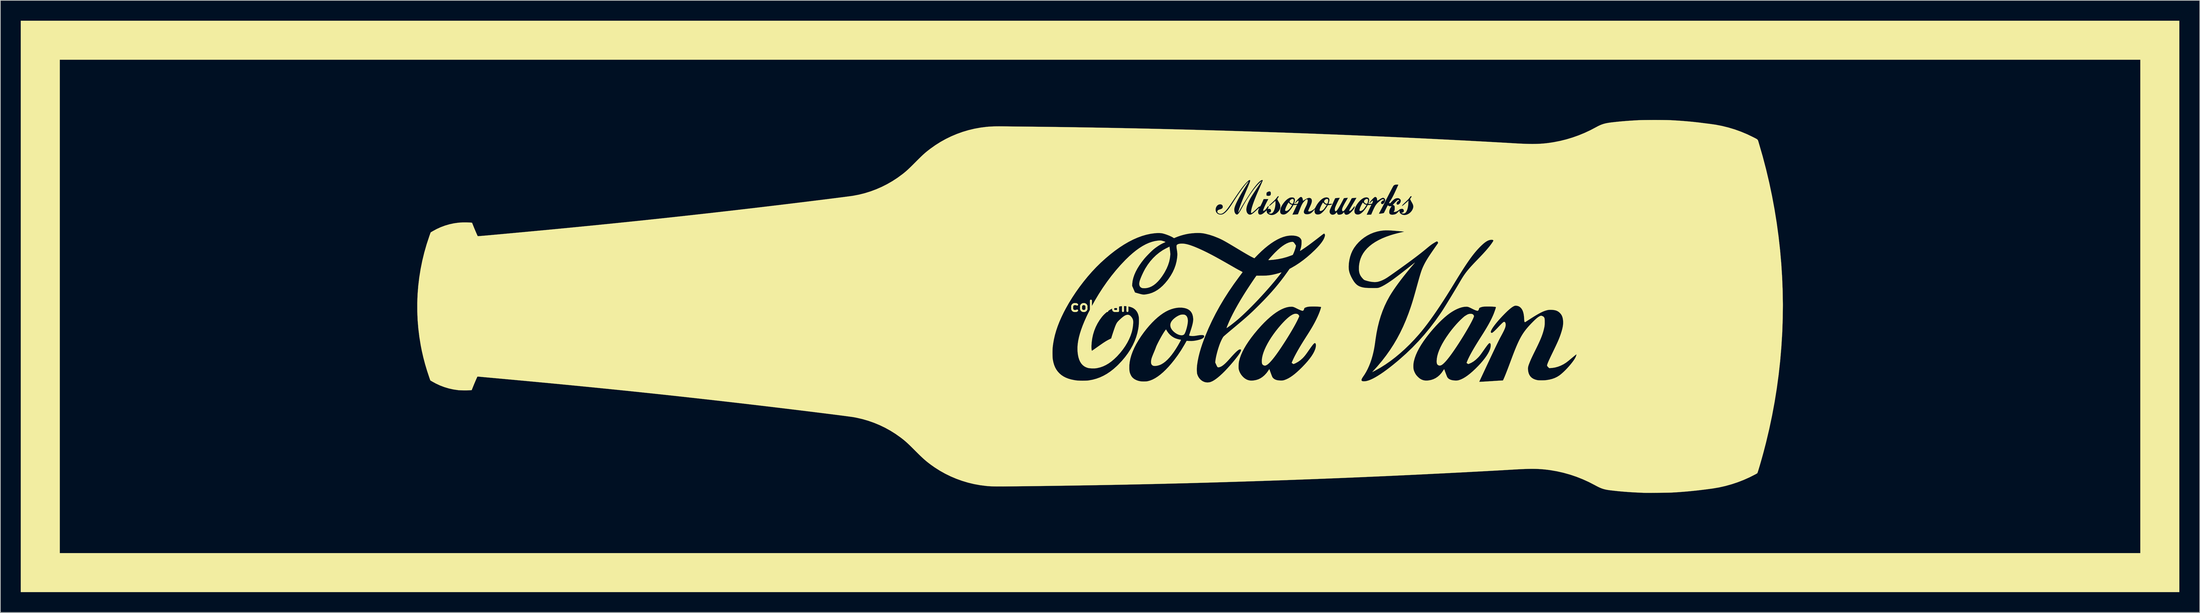
<source format=kicad_pcb>
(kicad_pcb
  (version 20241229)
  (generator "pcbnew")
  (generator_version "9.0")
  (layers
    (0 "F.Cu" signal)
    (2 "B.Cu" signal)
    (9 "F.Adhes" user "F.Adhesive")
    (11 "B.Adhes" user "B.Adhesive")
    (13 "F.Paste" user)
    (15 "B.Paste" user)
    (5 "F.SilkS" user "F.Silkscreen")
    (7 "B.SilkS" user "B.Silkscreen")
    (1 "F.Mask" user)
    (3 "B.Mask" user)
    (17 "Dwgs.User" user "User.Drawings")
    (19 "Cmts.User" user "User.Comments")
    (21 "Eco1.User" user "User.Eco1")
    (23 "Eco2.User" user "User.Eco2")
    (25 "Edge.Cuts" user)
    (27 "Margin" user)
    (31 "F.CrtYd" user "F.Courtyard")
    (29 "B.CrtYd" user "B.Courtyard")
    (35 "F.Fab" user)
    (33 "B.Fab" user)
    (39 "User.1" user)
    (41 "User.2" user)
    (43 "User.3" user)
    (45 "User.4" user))
  (footprint "colavan"
    (layer "F.Cu")
    (at 158.78 42.067)
    (property "Reference" "colavan" (at 0 0 0) (layer "F.SilkS") (effects (font (size 1.524 1.524) (thickness 0.3))))
    (attr through_hole)
    (fp_poly (pts (xy 158.775 42.088) (xy -158.775 42.088) (xy -158.775 -36.322) (xy -153.035 -36.322) (xy -153.035 36.347) (xy 153.035 36.347) (xy 153.035 -36.322) (xy -153.035 -36.322) (xy -158.775 -36.322) (xy -158.775 -42.062) (xy 158.775 -42.062) (xy 158.775 42.088)) (stroke (width 0.01) (type solid)) (fill yes) (layer "F.SilkS"))
    (fp_poly (pts (xy 33.496 -15.785) (xy 33.546 -15.718) (xy 33.565 -15.614) (xy 33.551 -15.475) (xy 33.543 -15.437) (xy 33.506 -15.293) (xy 33.47 -15.194) (xy 33.43 -15.134) (xy 33.382 -15.107) (xy 33.322 -15.108) (xy 33.293 -15.114) (xy 33.158 -15.172) (xy 33.055 -15.257) (xy 32.99 -15.362) (xy 32.969 -15.472) (xy 32.991 -15.547) (xy 33.049 -15.63) (xy 33.132 -15.707) (xy 33.228 -15.77) (xy 33.305 -15.8) (xy 33.415 -15.813) (xy 33.496 -15.785)) (stroke (width 0.01) (type solid)) (fill yes) (layer "F.SilkS"))
    (fp_poly (pts (xy 28.38 -15.804) (xy 28.411 -15.788) (xy 28.464 -15.735) (xy 28.49 -15.66) (xy 28.491 -15.554) (xy 28.476 -15.448) (xy 28.441 -15.297) (xy 28.399 -15.193) (xy 28.346 -15.132) (xy 28.28 -15.109) (xy 28.196 -15.123) (xy 28.184 -15.126) (xy 28.083 -15.178) (xy 27.992 -15.253) (xy 27.926 -15.34) (xy 27.9 -15.407) (xy 27.905 -15.513) (xy 27.96 -15.613) (xy 28.064 -15.707) (xy 28.081 -15.718) (xy 28.202 -15.787) (xy 28.3 -15.815) (xy 28.38 -15.804)) (stroke (width 0.01) (type solid)) (fill yes) (layer "F.SilkS"))
    (fp_poly (pts (xy 39.322 -15.807) (xy 39.373 -15.77) (xy 39.402 -15.736) (xy 39.416 -15.695) (xy 39.42 -15.634) (xy 39.414 -15.537) (xy 39.414 -15.535) (xy 39.396 -15.399) (xy 39.366 -15.278) (xy 39.327 -15.183) (xy 39.284 -15.125) (xy 39.272 -15.116) (xy 39.218 -15.107) (xy 39.151 -15.113) (xy 39.049 -15.154) (xy 38.948 -15.222) (xy 38.875 -15.298) (xy 38.838 -15.392) (xy 38.844 -15.497) (xy 38.89 -15.6) (xy 38.914 -15.631) (xy 38.993 -15.702) (xy 39.09 -15.765) (xy 39.187 -15.809) (xy 39.264 -15.824) (xy 39.322 -15.807)) (stroke (width 0.01) (type solid)) (fill yes) (layer "F.SilkS"))
    (fp_poly (pts (xy 38.681 -15.265) (xy 38.727 -15.223) (xy 38.772 -15.172) (xy 38.867 -15.081) (xy 38.976 -15.01) (xy 39.082 -14.968) (xy 39.135 -14.961) (xy 39.18 -14.955) (xy 39.192 -14.946) (xy 39.179 -14.912) (xy 39.143 -14.847) (xy 39.092 -14.76) (xy 39.031 -14.663) (xy 38.967 -14.564) (xy 38.906 -14.476) (xy 38.875 -14.433) (xy 38.755 -14.293) (xy 38.629 -14.181) (xy 38.504 -14.1) (xy 38.385 -14.053) (xy 38.28 -14.044) (xy 38.202 -14.071) (xy 38.172 -14.119) (xy 38.172 -14.209) (xy 38.201 -14.339) (xy 38.259 -14.511) (xy 38.273 -14.548) (xy 38.318 -14.653) (xy 38.373 -14.774) (xy 38.435 -14.899) (xy 38.498 -15.02) (xy 38.557 -15.128) (xy 38.608 -15.213) (xy 38.644 -15.265) (xy 38.656 -15.276) (xy 38.681 -15.265)) (stroke (width 0.01) (type solid)) (fill yes) (layer "F.SilkS"))
    (fp_poly (pts (xy 27.761 -15.27) (xy 27.792 -15.235) (xy 27.82 -15.194) (xy 27.881 -15.126) (xy 27.969 -15.058) (xy 28.066 -15.002) (xy 28.155 -14.967) (xy 28.199 -14.961) (xy 28.229 -14.956) (xy 28.24 -14.936) (xy 28.23 -14.895) (xy 28.196 -14.827) (xy 28.137 -14.725) (xy 28.115 -14.69) (xy 27.983 -14.492) (xy 27.845 -14.326) (xy 27.705 -14.195) (xy 27.568 -14.103) (xy 27.439 -14.054) (xy 27.372 -14.046) (xy 27.304 -14.057) (xy 27.256 -14.083) (xy 27.254 -14.085) (xy 27.233 -14.14) (xy 27.238 -14.229) (xy 27.27 -14.353) (xy 27.328 -14.517) (xy 27.34 -14.547) (xy 27.395 -14.676) (xy 27.46 -14.813) (xy 27.528 -14.949) (xy 27.595 -15.072) (xy 27.654 -15.172) (xy 27.701 -15.238) (xy 27.709 -15.248) (xy 27.738 -15.273) (xy 27.761 -15.27)) (stroke (width 0.01) (type solid)) (fill yes) (layer "F.SilkS"))
    (fp_poly (pts (xy 32.833 -15.266) (xy 32.877 -15.22) (xy 32.906 -15.183) (xy 32.98 -15.104) (xy 33.076 -15.034) (xy 33.176 -14.983) (xy 33.264 -14.961) (xy 33.268 -14.961) (xy 33.312 -14.953) (xy 33.325 -14.939) (xy 33.311 -14.9) (xy 33.273 -14.83) (xy 33.217 -14.739) (xy 33.151 -14.636) (xy 33.079 -14.531) (xy 33.009 -14.434) (xy 32.947 -14.354) (xy 32.926 -14.328) (xy 32.819 -14.225) (xy 32.705 -14.141) (xy 32.591 -14.082) (xy 32.486 -14.049) (xy 32.398 -14.047) (xy 32.339 -14.077) (xy 32.312 -14.138) (xy 32.314 -14.236) (xy 32.348 -14.372) (xy 32.412 -14.547) (xy 32.424 -14.577) (xy 32.48 -14.704) (xy 32.543 -14.835) (xy 32.608 -14.964) (xy 32.671 -15.081) (xy 32.728 -15.178) (xy 32.773 -15.247) (xy 32.803 -15.28) (xy 32.806 -15.281) (xy 32.833 -15.266)) (stroke (width 0.01) (type solid)) (fill yes) (layer "F.SilkS"))
    (fp_poly (pts (xy 28.382 -9.482) (xy 28.45 -9.446) (xy 28.518 -9.382) (xy 28.595 -9.283) (xy 28.674 -9.168) (xy 28.823 -8.941) (xy 28.787 -8.77) (xy 28.75 -8.62) (xy 28.696 -8.441) (xy 28.632 -8.247) (xy 28.562 -8.055) (xy 28.492 -7.881) (xy 28.455 -7.798) (xy 28.355 -7.582) (xy 28.103 -7.483) (xy 27.486 -7.266) (xy 26.853 -7.09) (xy 26.2 -6.956) (xy 25.521 -6.861) (xy 25.022 -6.818) (xy 24.892 -6.811) (xy 24.809 -6.812) (xy 24.771 -6.82) (xy 24.768 -6.827) (xy 24.792 -6.864) (xy 24.845 -6.932) (xy 24.924 -7.025) (xy 25.024 -7.139) (xy 25.139 -7.268) (xy 25.265 -7.406) (xy 25.396 -7.548) (xy 25.528 -7.688) (xy 25.655 -7.822) (xy 25.774 -7.944) (xy 25.794 -7.963) (xy 26.16 -8.315) (xy 26.508 -8.62) (xy 26.841 -8.878) (xy 27.159 -9.091) (xy 27.462 -9.259) (xy 27.753 -9.382) (xy 28.03 -9.461) (xy 28.215 -9.49) (xy 28.306 -9.495) (xy 28.382 -9.482)) (stroke (width 0.01) (type solid)) (fill yes) (layer "F.SilkS"))
    (fp_poly (pts (xy 12.326 1.22) (xy 12.447 1.243) (xy 12.484 1.256) (xy 12.629 1.343) (xy 12.746 1.47) (xy 12.834 1.634) (xy 12.891 1.833) (xy 12.916 2.064) (xy 12.91 2.323) (xy 12.904 2.384) (xy 12.874 2.6) (xy 12.831 2.828) (xy 12.779 3.06) (xy 12.719 3.288) (xy 12.653 3.506) (xy 12.585 3.705) (xy 12.515 3.877) (xy 12.448 4.016) (xy 12.384 4.113) (xy 12.375 4.123) (xy 12.266 4.206) (xy 12.125 4.253) (xy 11.953 4.262) (xy 11.756 4.234) (xy 11.733 4.229) (xy 11.5 4.153) (xy 11.271 4.041) (xy 11.051 3.9) (xy 10.85 3.737) (xy 10.673 3.557) (xy 10.528 3.367) (xy 10.423 3.172) (xy 10.388 3.079) (xy 10.343 2.862) (xy 10.346 2.653) (xy 10.396 2.449) (xy 10.495 2.248) (xy 10.644 2.048) (xy 10.774 1.91) (xy 10.972 1.736) (xy 11.188 1.577) (xy 11.41 1.44) (xy 11.63 1.33) (xy 11.835 1.256) (xy 11.887 1.242) (xy 12.028 1.22) (xy 12.18 1.212) (xy 12.326 1.22)) (stroke (width 0.01) (type solid)) (fill yes) (layer "F.SilkS"))
    (fp_poly (pts (xy 10.23 -8.694) (xy 10.235 -8.636) (xy 10.246 -8.539) (xy 10.262 -8.413) (xy 10.28 -8.272) (xy 10.29 -8.191) (xy 10.314 -7.994) (xy 10.328 -7.832) (xy 10.333 -7.691) (xy 10.329 -7.556) (xy 10.327 -7.531) (xy 10.271 -7.052) (xy 10.165 -6.569) (xy 10.008 -6.082) (xy 9.802 -5.589) (xy 9.544 -5.092) (xy 9.411 -4.864) (xy 9.124 -4.422) (xy 8.832 -4.029) (xy 8.535 -3.686) (xy 8.233 -3.392) (xy 7.927 -3.147) (xy 7.615 -2.953) (xy 7.3 -2.809) (xy 6.98 -2.715) (xy 6.657 -2.671) (xy 6.531 -2.668) (xy 6.382 -2.673) (xy 6.258 -2.684) (xy 6.17 -2.702) (xy 6.161 -2.705) (xy 6.007 -2.784) (xy 5.89 -2.895) (xy 5.812 -3.039) (xy 5.772 -3.212) (xy 5.772 -3.414) (xy 5.811 -3.643) (xy 5.818 -3.67) (xy 5.872 -3.847) (xy 5.947 -4.057) (xy 6.041 -4.293) (xy 6.149 -4.546) (xy 6.268 -4.805) (xy 6.392 -5.063) (xy 6.519 -5.309) (xy 6.643 -5.536) (xy 6.672 -5.586) (xy 7.015 -6.126) (xy 7.39 -6.628) (xy 7.798 -7.092) (xy 8.235 -7.517) (xy 8.703 -7.901) (xy 9.187 -8.237) (xy 9.3 -8.304) (xy 9.442 -8.386) (xy 9.601 -8.473) (xy 9.759 -8.556) (xy 9.83 -8.592) (xy 10.223 -8.791) (xy 10.23 -8.694)) (stroke (width 0.01) (type solid)) (fill yes) (layer "F.SilkS"))
    (fp_poly (pts (xy 28.96 1.112) (xy 29.098 1.166) (xy 29.202 1.257) (xy 29.262 1.356) (xy 29.307 1.455) (xy 29.222 1.653) (xy 29.104 1.913) (xy 28.958 2.209) (xy 28.786 2.539) (xy 28.59 2.899) (xy 28.372 3.284) (xy 28.134 3.691) (xy 27.879 4.117) (xy 27.609 4.557) (xy 27.326 5.009) (xy 27.031 5.467) (xy 26.728 5.93) (xy 26.532 6.225) (xy 26.224 6.675) (xy 25.935 7.081) (xy 25.666 7.443) (xy 25.417 7.76) (xy 25.188 8.031) (xy 24.978 8.258) (xy 24.79 8.439) (xy 24.621 8.574) (xy 24.483 8.659) (xy 24.383 8.705) (xy 24.306 8.728) (xy 24.233 8.73) (xy 24.145 8.715) (xy 24.133 8.712) (xy 24.003 8.656) (xy 23.898 8.558) (xy 23.863 8.506) (xy 23.831 8.417) (xy 23.81 8.288) (xy 23.801 8.127) (xy 23.804 7.943) (xy 23.82 7.746) (xy 23.847 7.551) (xy 23.928 7.184) (xy 24.05 6.791) (xy 24.21 6.378) (xy 24.406 5.947) (xy 24.636 5.502) (xy 24.899 5.045) (xy 25.192 4.581) (xy 25.514 4.113) (xy 25.862 3.643) (xy 26.234 3.177) (xy 26.628 2.716) (xy 26.907 2.408) (xy 27.22 2.084) (xy 27.513 1.805) (xy 27.785 1.573) (xy 28.038 1.387) (xy 28.27 1.246) (xy 28.483 1.151) (xy 28.676 1.101) (xy 28.787 1.093) (xy 28.96 1.112)) (stroke (width 0.01) (type solid)) (fill yes) (layer "F.SilkS"))
    (fp_poly (pts (xy 54.659 1.116) (xy 54.784 1.149) (xy 54.879 1.21) (xy 54.953 1.303) (xy 54.964 1.321) (xy 54.998 1.387) (xy 55.012 1.434) (xy 55.005 1.484) (xy 54.98 1.56) (xy 54.92 1.713) (xy 54.834 1.905) (xy 54.723 2.132) (xy 54.589 2.39) (xy 54.435 2.677) (xy 54.263 2.988) (xy 54.073 3.319) (xy 53.87 3.668) (xy 53.653 4.031) (xy 53.426 4.405) (xy 53.19 4.785) (xy 53.056 4.998) (xy 52.704 5.548) (xy 52.37 6.055) (xy 52.055 6.519) (xy 51.76 6.94) (xy 51.484 7.317) (xy 51.228 7.649) (xy 50.992 7.937) (xy 50.777 8.181) (xy 50.581 8.379) (xy 50.407 8.532) (xy 50.253 8.64) (xy 50.212 8.663) (xy 50.066 8.715) (xy 49.922 8.724) (xy 49.827 8.702) (xy 49.713 8.646) (xy 49.629 8.569) (xy 49.571 8.465) (xy 49.536 8.328) (xy 49.522 8.151) (xy 49.522 8.062) (xy 49.547 7.702) (xy 49.617 7.317) (xy 49.73 6.91) (xy 49.886 6.481) (xy 50.084 6.031) (xy 50.324 5.561) (xy 50.606 5.072) (xy 50.929 4.565) (xy 51.293 4.041) (xy 51.473 3.795) (xy 51.772 3.407) (xy 52.086 3.024) (xy 52.406 2.655) (xy 52.727 2.308) (xy 53.041 1.991) (xy 53.34 1.712) (xy 53.351 1.702) (xy 53.451 1.614) (xy 53.538 1.539) (xy 53.606 1.483) (xy 53.647 1.451) (xy 53.653 1.448) (xy 53.688 1.428) (xy 53.751 1.388) (xy 53.832 1.336) (xy 53.844 1.328) (xy 54.018 1.224) (xy 54.176 1.156) (xy 54.333 1.118) (xy 54.496 1.106) (xy 54.659 1.116)) (stroke (width 0.01) (type solid)) (fill yes) (layer "F.SilkS"))
    (fp_poly (pts (xy 9.717 3.414) (xy 9.72 3.42) (xy 9.737 3.453) (xy 9.775 3.519) (xy 9.828 3.607) (xy 9.876 3.686) (xy 10.07 3.958) (xy 10.302 4.207) (xy 10.564 4.425) (xy 10.846 4.605) (xy 11.051 4.703) (xy 11.159 4.744) (xy 11.289 4.787) (xy 11.427 4.827) (xy 11.561 4.862) (xy 11.677 4.888) (xy 11.763 4.902) (xy 11.783 4.903) (xy 11.843 4.906) (xy 11.878 4.921) (xy 11.888 4.954) (xy 11.872 5.01) (xy 11.831 5.098) (xy 11.772 5.209) (xy 11.453 5.773) (xy 11.138 6.287) (xy 10.828 6.751) (xy 10.521 7.166) (xy 10.218 7.533) (xy 9.918 7.852) (xy 9.62 8.124) (xy 9.324 8.349) (xy 9.029 8.527) (xy 8.979 8.553) (xy 8.784 8.638) (xy 8.577 8.705) (xy 8.37 8.753) (xy 8.171 8.778) (xy 7.993 8.781) (xy 7.845 8.758) (xy 7.826 8.752) (xy 7.692 8.684) (xy 7.593 8.581) (xy 7.529 8.442) (xy 7.5 8.267) (xy 7.507 8.056) (xy 7.549 7.808) (xy 7.58 7.683) (xy 7.608 7.594) (xy 7.652 7.468) (xy 7.71 7.316) (xy 7.777 7.146) (xy 7.849 6.968) (xy 7.897 6.855) (xy 7.972 6.678) (xy 8.044 6.501) (xy 8.111 6.336) (xy 8.167 6.192) (xy 8.209 6.078) (xy 8.227 6.027) (xy 8.272 5.91) (xy 8.339 5.756) (xy 8.426 5.573) (xy 8.528 5.367) (xy 8.642 5.145) (xy 8.765 4.914) (xy 8.893 4.681) (xy 9.022 4.451) (xy 9.148 4.233) (xy 9.268 4.033) (xy 9.378 3.858) (xy 9.452 3.747) (xy 9.543 3.614) (xy 9.61 3.52) (xy 9.657 3.457) (xy 9.688 3.422) (xy 9.706 3.409) (xy 9.717 3.414)) (stroke (width 0.01) (type solid)) (fill yes) (layer "F.SilkS"))
    (fp_poly (pts (xy 26.688 -4.994) (xy 26.677 -4.972) (xy 26.638 -4.916) (xy 26.578 -4.834) (xy 26.5 -4.731) (xy 26.414 -4.619) (xy 26.032 -4.138) (xy 25.621 -3.638) (xy 25.186 -3.123) (xy 24.731 -2.599) (xy 24.262 -2.071) (xy 23.783 -1.545) (xy 23.299 -1.023) (xy 22.813 -0.513) (xy 22.332 -0.019) (xy 21.858 0.455) (xy 21.398 0.903) (xy 20.956 1.32) (xy 20.536 1.702) (xy 20.422 1.803) (xy 20.248 1.953) (xy 20.05 2.118) (xy 19.838 2.291) (xy 19.622 2.464) (xy 19.412 2.63) (xy 19.216 2.78) (xy 19.045 2.907) (xy 18.986 2.949) (xy 18.855 3.042) (xy 18.759 3.109) (xy 18.694 3.154) (xy 18.652 3.18) (xy 18.63 3.191) (xy 18.62 3.19) (xy 18.618 3.181) (xy 18.618 3.177) (xy 18.627 3.145) (xy 18.652 3.075) (xy 18.688 2.977) (xy 18.734 2.861) (xy 18.745 2.833) (xy 18.976 2.283) (xy 19.244 1.701) (xy 19.549 1.087) (xy 19.889 0.444) (xy 20.264 -0.228) (xy 20.672 -0.928) (xy 21.114 -1.653) (xy 21.382 -2.079) (xy 21.505 -2.271) (xy 21.644 -2.487) (xy 21.795 -2.718) (xy 21.953 -2.958) (xy 22.113 -3.201) (xy 22.272 -3.44) (xy 22.425 -3.668) (xy 22.566 -3.877) (xy 22.692 -4.062) (xy 22.798 -4.215) (xy 22.852 -4.293) (xy 23.006 -4.508) (xy 23.727 -4.511) (xy 24.026 -4.513) (xy 24.285 -4.52) (xy 24.516 -4.532) (xy 24.73 -4.55) (xy 24.938 -4.576) (xy 25.151 -4.609) (xy 25.375 -4.65) (xy 25.559 -4.688) (xy 25.766 -4.737) (xy 25.98 -4.791) (xy 26.187 -4.847) (xy 26.371 -4.901) (xy 26.49 -4.939) (xy 26.58 -4.968) (xy 26.649 -4.988) (xy 26.686 -4.995) (xy 26.688 -4.994)) (stroke (width 0.01) (type solid)) (fill yes) (layer "F.SilkS"))
    (fp_poly (pts (xy 81.774 -27.445) (xy 82.127 -27.444) (xy 82.472 -27.442) (xy 82.801 -27.439) (xy 83.11 -27.435) (xy 83.392 -27.431) (xy 83.641 -27.425) (xy 83.851 -27.419) (xy 84.01 -27.412) (xy 84.9 -27.36) (xy 85.747 -27.3) (xy 86.557 -27.233) (xy 87.34 -27.157) (xy 88.102 -27.072) (xy 88.773 -26.987) (xy 88.954 -26.964) (xy 89.148 -26.939) (xy 89.337 -26.915) (xy 89.504 -26.895) (xy 89.586 -26.886) (xy 90.55 -26.75) (xy 91.506 -26.565) (xy 92.451 -26.331) (xy 93.383 -26.049) (xy 94.3 -25.718) (xy 95.2 -25.341) (xy 96.08 -24.917) (xy 96.109 -24.902) (xy 96.293 -24.808) (xy 96.439 -24.733) (xy 96.552 -24.672) (xy 96.637 -24.618) (xy 96.702 -24.566) (xy 96.75 -24.508) (xy 96.788 -24.44) (xy 96.821 -24.356) (xy 96.854 -24.248) (xy 96.895 -24.111) (xy 96.92 -24.025) (xy 97.475 -22.109) (xy 97.982 -20.174) (xy 98.444 -18.222) (xy 98.858 -16.255) (xy 99.225 -14.276) (xy 99.545 -12.286) (xy 99.817 -10.287) (xy 100.041 -8.282) (xy 100.217 -6.273) (xy 100.344 -4.263) (xy 100.423 -2.252) (xy 100.453 -0.244) (xy 100.433 1.76) (xy 100.364 3.757) (xy 100.355 3.95) (xy 100.228 6.002) (xy 100.054 8.041) (xy 99.83 10.066) (xy 99.558 12.08) (xy 99.237 14.085) (xy 98.866 16.081) (xy 98.445 18.072) (xy 97.975 20.059) (xy 97.622 21.423) (xy 97.545 21.709) (xy 97.464 22.003) (xy 97.382 22.3) (xy 97.299 22.595) (xy 97.216 22.886) (xy 97.135 23.167) (xy 97.057 23.434) (xy 96.983 23.683) (xy 96.914 23.911) (xy 96.853 24.112) (xy 96.799 24.282) (xy 96.754 24.418) (xy 96.719 24.515) (xy 96.696 24.57) (xy 96.691 24.579) (xy 96.657 24.602) (xy 96.589 24.643) (xy 96.496 24.696) (xy 96.393 24.753) (xy 95.557 25.179) (xy 94.694 25.565) (xy 93.809 25.909) (xy 92.908 26.208) (xy 91.995 26.463) (xy 91.076 26.67) (xy 90.155 26.828) (xy 90.03 26.846) (xy 89.222 26.954) (xy 88.453 27.05) (xy 87.713 27.135) (xy 86.992 27.21) (xy 86.281 27.276) (xy 85.569 27.334) (xy 84.847 27.385) (xy 84.105 27.429) (xy 84.023 27.434) (xy 83.921 27.438) (xy 83.774 27.442) (xy 83.587 27.447) (xy 83.368 27.451) (xy 83.121 27.454) (xy 82.851 27.458) (xy 82.566 27.461) (xy 82.269 27.464) (xy 81.968 27.467) (xy 81.667 27.469) (xy 81.372 27.471) (xy 81.09 27.473) (xy 80.825 27.473) (xy 80.583 27.474) (xy 80.37 27.473) (xy 80.192 27.472) (xy 80.054 27.47) (xy 79.972 27.468) (xy 79.343 27.441) (xy 78.758 27.412) (xy 78.208 27.381) (xy 77.685 27.348) (xy 77.181 27.31) (xy 76.689 27.269) (xy 76.2 27.223) (xy 75.708 27.171) (xy 75.204 27.114) (xy 75.184 27.112) (xy 74.85 27.069) (xy 74.554 27.021) (xy 74.287 26.965) (xy 74.036 26.898) (xy 73.793 26.816) (xy 73.547 26.717) (xy 73.287 26.596) (xy 73.003 26.45) (xy 72.814 26.348) (xy 71.92 25.885) (xy 71.012 25.471) (xy 70.09 25.106) (xy 69.154 24.79) (xy 68.204 24.523) (xy 67.24 24.304) (xy 66.262 24.134) (xy 65.875 24.081) (xy 65.53 24.04) (xy 65.189 24.006) (xy 64.847 23.979) (xy 64.498 23.959) (xy 64.139 23.945) (xy 63.763 23.939) (xy 63.367 23.939) (xy 62.944 23.945) (xy 62.491 23.959) (xy 62.002 23.979) (xy 61.472 24.005) (xy 60.935 24.036) (xy 60.564 24.058) (xy 60.216 24.078) (xy 59.887 24.098) (xy 59.57 24.116) (xy 59.261 24.134) (xy 58.955 24.152) (xy 58.647 24.169) (xy 58.331 24.187) (xy 58.003 24.205) (xy 57.658 24.224) (xy 57.29 24.244) (xy 56.894 24.266) (xy 56.467 24.289) (xy 56.001 24.314) (xy 55.493 24.341) (xy 55.169 24.358) (xy 50.733 24.588) (xy 46.335 24.805) (xy 41.964 25.008) (xy 37.609 25.198) (xy 33.259 25.376) (xy 28.902 25.542) (xy 24.528 25.696) (xy 20.126 25.839) (xy 16.129 25.959) (xy 13.232 26.039) (xy 10.309 26.114) (xy 7.357 26.184) (xy 4.372 26.248) (xy 1.353 26.308) (xy -1.704 26.362) (xy -4.801 26.412) (xy -7.941 26.457) (xy -11.128 26.496) (xy -13.037 26.518) (xy -13.498 26.522) (xy -13.912 26.526) (xy -14.283 26.529) (xy -14.616 26.53) (xy -14.913 26.53) (xy -15.179 26.529) (xy -15.418 26.526) (xy -15.634 26.522) (xy -15.831 26.517) (xy -16.013 26.51) (xy -16.184 26.501) (xy -16.347 26.49) (xy -16.507 26.478) (xy -16.668 26.464) (xy -16.789 26.452) (xy -17.683 26.338) (xy -18.568 26.175) (xy -19.442 25.963) (xy -20.304 25.703) (xy -21.15 25.397) (xy -21.977 25.046) (xy -22.784 24.65) (xy -23.568 24.211) (xy -24.326 23.728) (xy -24.867 23.347) (xy -25.07 23.195) (xy -25.261 23.048) (xy -25.445 22.902) (xy -25.625 22.754) (xy -25.806 22.598) (xy -25.993 22.432) (xy -26.19 22.25) (xy -26.402 22.05) (xy -26.633 21.826) (xy -26.888 21.574) (xy -27.172 21.291) (xy -27.292 21.17) (xy -27.562 20.9) (xy -27.802 20.663) (xy -28.017 20.453) (xy -28.212 20.268) (xy -28.391 20.101) (xy -28.561 19.949) (xy -28.725 19.807) (xy -28.888 19.672) (xy -29.057 19.537) (xy -29.234 19.399) (xy -29.353 19.31) (xy -30.081 18.793) (xy -30.837 18.318) (xy -31.618 17.886) (xy -32.422 17.499) (xy -33.248 17.156) (xy -34.093 16.859) (xy -34.955 16.609) (xy -35.833 16.406) (xy -36.218 16.333) (xy -36.325 16.315) (xy -36.481 16.292) (xy -36.683 16.264) (xy -36.928 16.23) (xy -37.216 16.191) (xy -37.543 16.148) (xy -37.907 16.1) (xy -38.307 16.049) (xy -38.74 15.993) (xy -39.204 15.934) (xy -39.696 15.872) (xy -40.216 15.807) (xy -40.759 15.739) (xy -41.325 15.669) (xy -41.911 15.596) (xy -42.515 15.521) (xy -43.134 15.445) (xy -43.767 15.367) (xy -44.412 15.289) (xy -45.066 15.209) (xy -45.727 15.129) (xy -46.393 15.048) (xy -47.061 14.968) (xy -47.73 14.887) (xy -48.398 14.807) (xy -49.061 14.728) (xy -49.719 14.65) (xy -50.369 14.573) (xy -51.008 14.498) (xy -51.635 14.424) (xy -52.248 14.352) (xy -52.843 14.283) (xy -53.137 14.249) (xy -54.918 14.045) (xy -56.673 13.845) (xy -58.407 13.65) (xy -60.123 13.459) (xy -61.825 13.271) (xy -63.518 13.087) (xy -65.205 12.906) (xy -66.89 12.728) (xy -68.577 12.551) (xy -70.271 12.376) (xy -71.974 12.203) (xy -73.692 12.03) (xy -75.428 11.858) (xy -77.186 11.685) (xy -78.97 11.513) (xy -80.784 11.339) (xy -82.632 11.165) (xy -84.518 10.989) (xy -86.446 10.811) (xy -88.42 10.63) (xy -88.837 10.592) (xy -89.175 10.562) (xy -89.504 10.532) (xy -89.818 10.503) (xy -90.115 10.476) (xy -90.389 10.451) (xy -90.636 10.428) (xy -90.853 10.408) (xy -91.035 10.391) (xy -91.179 10.377) (xy -91.279 10.368) (xy -91.324 10.363) (xy -91.433 10.354) (xy -91.522 10.35) (xy -91.581 10.352) (xy -91.596 10.357) (xy -91.615 10.389) (xy -91.65 10.462) (xy -91.7 10.569) (xy -91.76 10.704) (xy -91.829 10.862) (xy -91.903 11.035) (xy -91.981 11.218) (xy -92.059 11.403) (xy -92.135 11.586) (xy -92.205 11.76) (xy -92.23 11.821) (xy -92.437 12.34) (xy -92.682 12.361) (xy -92.823 12.37) (xy -93.002 12.376) (xy -93.209 12.38) (xy -93.431 12.381) (xy -93.659 12.379) (xy -93.881 12.375) (xy -94.086 12.368) (xy -94.264 12.36) (xy -94.402 12.349) (xy -94.412 12.348) (xy -95.104 12.248) (xy -95.782 12.1) (xy -96.444 11.903) (xy -97.089 11.659) (xy -97.716 11.367) (xy -98.24 11.079) (xy -98.525 10.91) (xy -98.675 10.478) (xy -99.004 9.485) (xy -99.295 8.511) (xy -99.549 7.544) (xy -99.714 6.822) (xy -6.998 6.822) (xy -6.996 7.059) (xy -6.991 7.287) (xy -6.982 7.497) (xy -6.97 7.678) (xy -6.954 7.82) (xy -6.951 7.836) (xy -6.867 8.254) (xy -6.757 8.633) (xy -6.618 8.976) (xy -6.449 9.289) (xy -6.246 9.577) (xy -6.007 9.844) (xy -5.98 9.871) (xy -5.705 10.111) (xy -5.397 10.32) (xy -5.054 10.5) (xy -4.674 10.651) (xy -4.255 10.774) (xy -3.795 10.869) (xy -3.518 10.912) (xy -3.327 10.932) (xy -3.101 10.946) (xy -2.853 10.956) (xy -2.594 10.959) (xy -2.336 10.957) (xy -2.09 10.95) (xy -1.868 10.938) (xy -1.681 10.919) (xy -1.638 10.913) (xy -1.079 10.808) (xy -0.537 10.66) (xy -0.011 10.468) (xy 0.501 10.231) (xy 1.003 9.949) (xy 1.495 9.619) (xy 1.979 9.242) (xy 2.08 9.152) (xy 4.299 9.152) (xy 4.307 9.299) (xy 4.321 9.449) (xy 4.338 9.582) (xy 4.356 9.677) (xy 4.411 9.864) (xy 4.49 10.058) (xy 4.584 10.24) (xy 4.684 10.393) (xy 4.696 10.409) (xy 4.868 10.585) (xy 5.08 10.74) (xy 5.327 10.868) (xy 5.602 10.969) (xy 5.901 11.037) (xy 5.958 11.046) (xy 6.096 11.061) (xy 6.263 11.069) (xy 6.444 11.071) (xy 6.626 11.068) (xy 6.795 11.06) (xy 6.935 11.046) (xy 6.999 11.035) (xy 7.358 10.937) (xy 7.725 10.79) (xy 8.102 10.593) (xy 8.486 10.347) (xy 8.88 10.052) (xy 9.281 9.709) (xy 9.689 9.317) (xy 10.105 8.878) (xy 10.527 8.39) (xy 10.927 7.893) (xy 11.44 7.199) (xy 11.93 6.466) (xy 12.4 5.689) (xy 12.45 5.603) (xy 12.531 5.461) (xy 12.603 5.333) (xy 12.662 5.227) (xy 12.706 5.148) (xy 12.729 5.105) (xy 12.732 5.098) (xy 12.76 5.09) (xy 12.832 5.089) (xy 12.942 5.094) (xy 13.061 5.104) (xy 13.443 5.115) (xy 13.848 5.083) (xy 14.278 5.007) (xy 14.651 4.912) (xy 14.862 4.84) (xy 15.037 4.758) (xy 15.173 4.669) (xy 15.268 4.574) (xy 15.318 4.476) (xy 15.321 4.377) (xy 15.313 4.348) (xy 15.272 4.291) (xy 15.197 4.251) (xy 15.085 4.228) (xy 14.935 4.223) (xy 14.743 4.235) (xy 14.508 4.264) (xy 14.249 4.306) (xy 14.094 4.331) (xy 13.934 4.353) (xy 13.785 4.368) (xy 13.667 4.376) (xy 13.652 4.377) (xy 13.527 4.375) (xy 13.401 4.365) (xy 13.287 4.349) (xy 13.192 4.329) (xy 13.129 4.306) (xy 13.106 4.282) (xy 13.114 4.251) (xy 13.136 4.179) (xy 13.169 4.073) (xy 13.212 3.942) (xy 13.262 3.792) (xy 13.283 3.727) (xy 13.402 3.364) (xy 13.5 3.043) (xy 13.578 2.759) (xy 13.637 2.509) (xy 13.677 2.287) (xy 13.701 2.089) (xy 13.709 1.912) (xy 13.705 1.796) (xy 13.665 1.48) (xy 13.591 1.2) (xy 13.48 0.955) (xy 13.334 0.744) (xy 13.151 0.568) (xy 12.93 0.426) (xy 12.671 0.316) (xy 12.373 0.239) (xy 12.036 0.194) (xy 11.989 0.19) (xy 11.631 0.187) (xy 11.253 0.225) (xy 10.862 0.304) (xy 10.465 0.422) (xy 10.072 0.576) (xy 9.685 0.769) (xy 9.288 1.009) (xy 8.884 1.294) (xy 8.475 1.622) (xy 8.064 1.991) (xy 7.653 2.399) (xy 7.244 2.844) (xy 6.839 3.323) (xy 6.46 3.81) (xy 6.038 4.399) (xy 5.661 4.978) (xy 5.329 5.547) (xy 5.042 6.103) (xy 4.802 6.647) (xy 4.607 7.178) (xy 4.46 7.695) (xy 4.359 8.197) (xy 4.305 8.683) (xy 4.299 9.152) (xy 2.08 9.152) (xy 2.458 8.815) (xy 2.681 8.599) (xy 3.204 8.047) (xy 3.678 7.485) (xy 4.104 6.913) (xy 4.482 6.332) (xy 4.81 5.742) (xy 5.089 5.144) (xy 5.318 4.537) (xy 5.498 3.924) (xy 5.628 3.303) (xy 5.679 2.945) (xy 5.698 2.76) (xy 5.711 2.554) (xy 5.72 2.337) (xy 5.724 2.121) (xy 5.722 1.915) (xy 5.716 1.731) (xy 5.704 1.579) (xy 5.693 1.499) (xy 5.615 1.188) (xy 5.5 0.913) (xy 5.348 0.671) (xy 5.161 0.466) (xy 4.937 0.295) (xy 4.763 0.199) (xy 4.479 0.089) (xy 4.164 0.012) (xy 3.826 -0.031) (xy 3.471 -0.042) (xy 3.105 -0.021) (xy 2.737 0.032) (xy 2.372 0.117) (xy 2.019 0.232) (xy 1.683 0.378) (xy 1.655 0.391) (xy 1.435 0.518) (xy 1.199 0.68) (xy 0.958 0.869) (xy 0.723 1.075) (xy 0.505 1.29) (xy 0.314 1.505) (xy 0.289 1.534) (xy -0.065 2.016) (xy -0.375 2.521) (xy -0.64 3.048) (xy -0.859 3.597) (xy -1.032 4.164) (xy -1.158 4.748) (xy -1.236 5.348) (xy -1.262 5.766) (xy -1.266 5.965) (xy -1.263 6.143) (xy -1.255 6.295) (xy -1.24 6.416) (xy -1.221 6.5) (xy -1.198 6.542) (xy -1.181 6.544) (xy -1.154 6.527) (xy -1.089 6.484) (xy -0.994 6.418) (xy -0.873 6.334) (xy -0.73 6.234) (xy -0.571 6.122) (xy -0.454 6.039) (xy -0.177 5.843) (xy 0.063 5.675) (xy 0.272 5.53) (xy 0.455 5.405) (xy 0.616 5.299) (xy 0.76 5.206) (xy 0.892 5.125) (xy 1.018 5.052) (xy 1.141 4.984) (xy 1.266 4.918) (xy 1.373 4.864) (xy 1.647 4.726) (xy 1.688 4.579) (xy 1.721 4.464) (xy 1.768 4.314) (xy 1.825 4.138) (xy 1.888 3.944) (xy 1.955 3.742) (xy 2.023 3.541) (xy 2.088 3.35) (xy 2.148 3.179) (xy 2.199 3.036) (xy 2.239 2.932) (xy 2.244 2.919) (xy 2.325 2.727) (xy 2.399 2.571) (xy 2.474 2.44) (xy 2.558 2.321) (xy 2.66 2.203) (xy 2.787 2.073) (xy 2.876 1.988) (xy 3.099 1.782) (xy 3.297 1.613) (xy 3.472 1.48) (xy 3.629 1.38) (xy 3.771 1.31) (xy 3.903 1.267) (xy 4.017 1.249) (xy 4.164 1.252) (xy 4.292 1.288) (xy 4.413 1.362) (xy 4.526 1.468) (xy 4.669 1.638) (xy 4.773 1.811) (xy 4.839 1.979) (xy 4.865 2.104) (xy 4.877 2.27) (xy 4.875 2.469) (xy 4.861 2.692) (xy 4.835 2.933) (xy 4.799 3.182) (xy 4.752 3.434) (xy 4.696 3.678) (xy 4.657 3.823) (xy 4.488 4.33) (xy 4.27 4.842) (xy 4.008 5.352) (xy 3.703 5.858) (xy 3.358 6.354) (xy 2.975 6.838) (xy 2.558 7.303) (xy 2.464 7.401) (xy 2.064 7.785) (xy 1.665 8.121) (xy 1.264 8.407) (xy 0.859 8.646) (xy 0.45 8.839) (xy 0.033 8.986) (xy -0.393 9.089) (xy -0.578 9.12) (xy -0.733 9.135) (xy -0.915 9.142) (xy -1.112 9.141) (xy -1.312 9.134) (xy -1.5 9.119) (xy -1.665 9.098) (xy -1.794 9.072) (xy -1.803 9.069) (xy -2.089 8.963) (xy -2.344 8.82) (xy -2.568 8.638) (xy -2.763 8.417) (xy -2.928 8.157) (xy -3.064 7.857) (xy -3.171 7.517) (xy -3.25 7.136) (xy -3.301 6.712) (xy -3.316 6.473) (xy -3.318 6.03) (xy -3.283 5.562) (xy -3.211 5.068) (xy -3.101 4.546) (xy -2.954 3.997) (xy -2.769 3.42) (xy -2.546 2.813) (xy -2.285 2.176) (xy -1.984 1.507) (xy -1.793 1.105) (xy -1.291 0.118) (xy -0.755 -0.852) (xy -0.189 -1.799) (xy 0.406 -2.721) (xy 1.026 -3.613) (xy 1.669 -4.471) (xy 2.332 -5.292) (xy 3.013 -6.072) (xy 3.709 -6.807) (xy 3.81 -6.909) (xy 4.32 -7.401) (xy 4.82 -7.843) (xy 5.309 -8.237) (xy 5.79 -8.583) (xy 6.262 -8.882) (xy 6.726 -9.133) (xy 7.184 -9.338) (xy 7.635 -9.496) (xy 8.082 -9.609) (xy 8.524 -9.677) (xy 8.557 -9.68) (xy 8.714 -9.693) (xy 8.834 -9.697) (xy 8.933 -9.692) (xy 9.022 -9.678) (xy 9.108 -9.658) (xy 9.214 -9.628) (xy 9.326 -9.593) (xy 9.433 -9.555) (xy 9.525 -9.521) (xy 9.589 -9.492) (xy 9.613 -9.476) (xy 9.596 -9.459) (xy 9.543 -9.428) (xy 9.462 -9.39) (xy 9.423 -9.374) (xy 9.143 -9.244) (xy 8.841 -9.078) (xy 8.526 -8.88) (xy 8.206 -8.656) (xy 7.938 -8.45) (xy 7.807 -8.34) (xy 7.652 -8.199) (xy 7.478 -8.034) (xy 7.293 -7.853) (xy 7.106 -7.663) (xy 6.922 -7.472) (xy 6.75 -7.287) (xy 6.597 -7.115) (xy 6.492 -6.992) (xy 6.112 -6.507) (xy 5.777 -6.03) (xy 5.487 -5.56) (xy 5.243 -5.1) (xy 5.046 -4.651) (xy 4.896 -4.212) (xy 4.793 -3.787) (xy 4.739 -3.374) (xy 4.733 -3.289) (xy 4.719 -3.01) (xy 4.926 -2.528) (xy 4.989 -2.383) (xy 5.045 -2.255) (xy 5.091 -2.15) (xy 5.124 -2.076) (xy 5.141 -2.04) (xy 5.142 -2.037) (xy 5.168 -2.028) (xy 5.236 -2.008) (xy 5.338 -1.978) (xy 5.468 -1.94) (xy 5.618 -1.898) (xy 5.686 -1.878) (xy 5.891 -1.822) (xy 6.057 -1.779) (xy 6.196 -1.751) (xy 6.317 -1.734) (xy 6.431 -1.728) (xy 6.549 -1.733) (xy 6.68 -1.746) (xy 6.825 -1.767) (xy 7.247 -1.854) (xy 7.659 -1.989) (xy 8.059 -2.172) (xy 8.45 -2.404) (xy 8.83 -2.684) (xy 9.202 -3.014) (xy 9.564 -3.393) (xy 9.918 -3.821) (xy 10.07 -4.024) (xy 10.407 -4.526) (xy 10.695 -5.034) (xy 10.932 -5.55) (xy 11.119 -6.073) (xy 11.256 -6.605) (xy 11.341 -7.131) (xy 11.366 -7.388) (xy 11.376 -7.614) (xy 11.371 -7.828) (xy 11.349 -8.049) (xy 11.316 -8.27) (xy 11.292 -8.419) (xy 11.273 -8.566) (xy 11.259 -8.697) (xy 11.252 -8.797) (xy 11.252 -8.813) (xy 11.254 -8.909) (xy 11.264 -8.972) (xy 11.286 -9.016) (xy 11.325 -9.061) (xy 11.326 -9.061) (xy 11.426 -9.132) (xy 11.567 -9.185) (xy 11.753 -9.22) (xy 11.937 -9.236) (xy 12.155 -9.237) (xy 12.392 -9.215) (xy 12.652 -9.17) (xy 12.937 -9.101) (xy 13.249 -9.007) (xy 13.591 -8.887) (xy 13.967 -8.742) (xy 14.377 -8.569) (xy 14.826 -8.368) (xy 15.021 -8.278) (xy 15.265 -8.163) (xy 15.508 -8.045) (xy 15.755 -7.923) (xy 16.009 -7.794) (xy 16.273 -7.658) (xy 16.55 -7.512) (xy 16.843 -7.355) (xy 17.156 -7.184) (xy 17.492 -6.998) (xy 17.854 -6.796) (xy 18.246 -6.575) (xy 18.67 -6.334) (xy 19.129 -6.071) (xy 19.628 -5.784) (xy 19.832 -5.667) (xy 20.001 -5.57) (xy 20.18 -5.471) (xy 20.355 -5.374) (xy 20.515 -5.289) (xy 20.644 -5.222) (xy 20.652 -5.218) (xy 20.794 -5.144) (xy 20.891 -5.089) (xy 20.947 -5.049) (xy 20.963 -5.024) (xy 20.962 -5.021) (xy 20.942 -4.993) (xy 20.896 -4.93) (xy 20.827 -4.837) (xy 20.739 -4.719) (xy 20.635 -4.58) (xy 20.52 -4.427) (xy 20.457 -4.343) (xy 19.672 -3.264) (xy 18.936 -2.187) (xy 18.248 -1.11) (xy 17.607 -0.031) (xy 17.011 1.053) (xy 16.46 2.145) (xy 15.951 3.245) (xy 15.484 4.357) (xy 15.33 4.75) (xy 15.065 5.469) (xy 14.837 6.157) (xy 14.644 6.815) (xy 14.486 7.448) (xy 14.363 8.058) (xy 14.273 8.647) (xy 14.271 8.661) (xy 14.255 8.827) (xy 14.244 9.013) (xy 14.238 9.209) (xy 14.238 9.405) (xy 14.243 9.59) (xy 14.253 9.753) (xy 14.268 9.885) (xy 14.283 9.957) (xy 14.382 10.233) (xy 14.519 10.484) (xy 14.688 10.704) (xy 14.886 10.891) (xy 15.109 11.04) (xy 15.352 11.146) (xy 15.512 11.189) (xy 15.752 11.218) (xy 15.997 11.207) (xy 16.228 11.16) (xy 16.279 11.143) (xy 16.327 11.122) (xy 55.778 11.122) (xy 55.803 11.124) (xy 55.874 11.122) (xy 55.988 11.117) (xy 56.139 11.109) (xy 56.324 11.099) (xy 56.539 11.087) (xy 56.779 11.072) (xy 57.041 11.056) (xy 57.319 11.038) (xy 57.423 11.032) (xy 57.71 11.013) (xy 57.985 10.995) (xy 58.242 10.979) (xy 58.477 10.964) (xy 58.686 10.951) (xy 58.863 10.94) (xy 59.005 10.932) (xy 59.107 10.926) (xy 59.165 10.923) (xy 59.172 10.923) (xy 59.277 10.922) (xy 59.366 10.725) (xy 59.436 10.57) (xy 59.512 10.392) (xy 59.596 10.189) (xy 59.69 9.957) (xy 59.793 9.695) (xy 59.908 9.399) (xy 60.036 9.066) (xy 60.176 8.694) (xy 60.332 8.279) (xy 60.502 7.822) (xy 60.703 7.286) (xy 60.891 6.796) (xy 61.069 6.346) (xy 61.239 5.934) (xy 61.403 5.555) (xy 61.563 5.207) (xy 61.72 4.885) (xy 61.879 4.586) (xy 62.039 4.306) (xy 62.204 4.041) (xy 62.376 3.787) (xy 62.557 3.541) (xy 62.748 3.3) (xy 62.953 3.059) (xy 63.172 2.814) (xy 63.409 2.562) (xy 63.666 2.3) (xy 63.668 2.298) (xy 63.871 2.097) (xy 64.047 1.929) (xy 64.201 1.791) (xy 64.34 1.678) (xy 64.468 1.584) (xy 64.581 1.512) (xy 64.704 1.445) (xy 64.813 1.401) (xy 64.899 1.382) (xy 64.953 1.391) (xy 64.956 1.393) (xy 64.998 1.415) (xy 65.067 1.439) (xy 65.092 1.446) (xy 65.203 1.5) (xy 65.3 1.594) (xy 65.37 1.716) (xy 65.385 1.759) (xy 65.4 1.838) (xy 65.41 1.965) (xy 65.415 2.141) (xy 65.416 2.337) (xy 65.414 2.519) (xy 65.41 2.663) (xy 65.402 2.783) (xy 65.39 2.893) (xy 65.371 3.005) (xy 65.347 3.125) (xy 65.29 3.378) (xy 65.226 3.627) (xy 65.154 3.876) (xy 65.071 4.13) (xy 64.976 4.393) (xy 64.867 4.672) (xy 64.741 4.971) (xy 64.596 5.294) (xy 64.432 5.648) (xy 64.245 6.037) (xy 64.085 6.363) (xy 63.934 6.669) (xy 63.803 6.935) (xy 63.69 7.167) (xy 63.593 7.37) (xy 63.508 7.55) (xy 63.433 7.712) (xy 63.366 7.863) (xy 63.304 8.006) (xy 63.245 8.149) (xy 63.185 8.297) (xy 63.185 8.297) (xy 63.102 8.51) (xy 63.039 8.687) (xy 62.995 8.836) (xy 62.966 8.967) (xy 62.951 9.089) (xy 62.948 9.211) (xy 62.952 9.298) (xy 62.99 9.614) (xy 63.065 9.895) (xy 63.178 10.141) (xy 63.328 10.354) (xy 63.516 10.532) (xy 63.743 10.677) (xy 64.007 10.789) (xy 64.311 10.869) (xy 64.338 10.874) (xy 64.44 10.887) (xy 64.582 10.896) (xy 64.751 10.901) (xy 64.938 10.903) (xy 65.131 10.901) (xy 65.318 10.896) (xy 65.489 10.887) (xy 65.633 10.874) (xy 65.646 10.872) (xy 66.102 10.799) (xy 66.52 10.694) (xy 66.904 10.556) (xy 67.256 10.384) (xy 67.565 10.189) (xy 67.778 10.026) (xy 68.006 9.831) (xy 68.245 9.611) (xy 68.488 9.371) (xy 68.732 9.117) (xy 68.969 8.855) (xy 69.196 8.591) (xy 69.406 8.331) (xy 69.595 8.081) (xy 69.757 7.847) (xy 69.887 7.634) (xy 69.941 7.531) (xy 69.992 7.42) (xy 70.034 7.31) (xy 70.066 7.21) (xy 70.084 7.131) (xy 70.085 7.083) (xy 70.08 7.075) (xy 70.055 7.087) (xy 69.993 7.132) (xy 69.895 7.208) (xy 69.762 7.314) (xy 69.597 7.45) (xy 69.4 7.613) (xy 69.172 7.803) (xy 68.916 8.019) (xy 68.91 8.023) (xy 68.548 8.3) (xy 68.165 8.539) (xy 67.764 8.738) (xy 67.353 8.895) (xy 66.937 9.007) (xy 66.521 9.073) (xy 66.361 9.085) (xy 66.078 9.1) (xy 65.933 8.963) (xy 65.857 8.883) (xy 65.799 8.807) (xy 65.771 8.751) (xy 65.767 8.706) (xy 65.774 8.646) (xy 65.794 8.567) (xy 65.827 8.465) (xy 65.875 8.339) (xy 65.939 8.185) (xy 66.02 8) (xy 66.12 7.782) (xy 66.239 7.526) (xy 66.379 7.232) (xy 66.529 6.921) (xy 66.71 6.546) (xy 66.87 6.212) (xy 67.012 5.914) (xy 67.136 5.649) (xy 67.246 5.412) (xy 67.342 5.198) (xy 67.427 5.004) (xy 67.502 4.825) (xy 67.57 4.657) (xy 67.632 4.495) (xy 67.691 4.335) (xy 67.748 4.172) (xy 67.805 4.003) (xy 67.806 4) (xy 67.923 3.627) (xy 68.013 3.29) (xy 68.077 2.983) (xy 68.117 2.699) (xy 68.133 2.432) (xy 68.127 2.176) (xy 68.122 2.117) (xy 68.084 1.824) (xy 68.021 1.571) (xy 67.93 1.35) (xy 67.81 1.155) (xy 67.657 0.979) (xy 67.655 0.977) (xy 67.483 0.826) (xy 67.302 0.709) (xy 67.104 0.622) (xy 66.881 0.562) (xy 66.623 0.527) (xy 66.445 0.515) (xy 66.236 0.511) (xy 66.058 0.518) (xy 65.893 0.539) (xy 65.724 0.577) (xy 65.531 0.634) (xy 65.475 0.652) (xy 65.302 0.715) (xy 65.118 0.791) (xy 64.918 0.885) (xy 64.7 0.996) (xy 64.46 1.128) (xy 64.193 1.283) (xy 63.898 1.461) (xy 63.57 1.666) (xy 63.206 1.899) (xy 63.106 1.963) (xy 62.961 2.057) (xy 62.828 2.143) (xy 62.714 2.217) (xy 62.625 2.274) (xy 62.568 2.311) (xy 62.552 2.321) (xy 62.511 2.334) (xy 62.474 2.31) (xy 62.461 2.294) (xy 62.442 2.263) (xy 62.428 2.214) (xy 62.416 2.141) (xy 62.407 2.034) (xy 62.399 1.886) (xy 62.398 1.866) (xy 62.372 1.505) (xy 62.329 1.188) (xy 62.269 0.913) (xy 62.19 0.676) (xy 62.091 0.472) (xy 61.971 0.298) (xy 61.859 0.179) (xy 61.702 0.054) (xy 61.536 -0.03) (xy 61.349 -0.079) (xy 61.245 -0.091) (xy 61.13 -0.097) (xy 61.039 -0.087) (xy 60.945 -0.057) (xy 60.943 -0.057) (xy 60.789 0.017) (xy 60.612 0.128) (xy 60.41 0.278) (xy 60.183 0.468) (xy 59.93 0.697) (xy 59.65 0.968) (xy 59.448 1.171) (xy 59.151 1.48) (xy 58.871 1.782) (xy 58.611 2.073) (xy 58.374 2.352) (xy 58.16 2.616) (xy 57.971 2.862) (xy 57.811 3.088) (xy 57.679 3.291) (xy 57.58 3.468) (xy 57.513 3.618) (xy 57.482 3.738) (xy 57.48 3.771) (xy 57.489 3.839) (xy 57.526 3.881) (xy 57.551 3.896) (xy 57.607 3.919) (xy 57.656 3.914) (xy 57.703 3.894) (xy 57.786 3.842) (xy 57.899 3.75) (xy 58.041 3.621) (xy 58.211 3.456) (xy 58.407 3.255) (xy 58.566 3.086) (xy 58.783 2.857) (xy 58.968 2.668) (xy 59.121 2.517) (xy 59.244 2.405) (xy 59.336 2.332) (xy 59.397 2.297) (xy 59.403 2.295) (xy 59.494 2.294) (xy 59.568 2.339) (xy 59.623 2.426) (xy 59.658 2.553) (xy 59.67 2.714) (xy 59.666 2.812) (xy 59.653 2.914) (xy 59.63 3.024) (xy 59.593 3.145) (xy 59.542 3.283) (xy 59.475 3.44) (xy 59.39 3.621) (xy 59.285 3.831) (xy 59.159 4.073) (xy 59.01 4.351) (xy 58.883 4.585) (xy 58.815 4.713) (xy 58.732 4.872) (xy 58.636 5.065) (xy 58.523 5.292) (xy 58.395 5.554) (xy 58.25 5.854) (xy 58.088 6.193) (xy 57.908 6.572) (xy 57.709 6.992) (xy 57.49 7.455) (xy 57.252 7.963) (xy 57.164 8.15) (xy 56.993 8.515) (xy 56.828 8.867) (xy 56.67 9.204) (xy 56.521 9.523) (xy 56.382 9.821) (xy 56.254 10.095) (xy 56.139 10.343) (xy 56.037 10.561) (xy 55.95 10.748) (xy 55.88 10.9) (xy 55.827 11.015) (xy 55.793 11.09) (xy 55.779 11.121) (xy 55.778 11.122) (xy 16.327 11.122) (xy 16.512 11.043) (xy 16.768 10.899) (xy 17.045 10.712) (xy 17.343 10.483) (xy 17.659 10.213) (xy 17.994 9.904) (xy 18.345 9.557) (xy 18.711 9.171) (xy 18.897 8.965) (xy 20.374 8.965) (xy 20.38 9.122) (xy 20.394 9.243) (xy 20.395 9.252) (xy 20.47 9.522) (xy 20.587 9.788) (xy 20.738 10.042) (xy 20.918 10.276) (xy 21.122 10.484) (xy 21.344 10.658) (xy 21.578 10.791) (xy 21.678 10.834) (xy 21.886 10.899) (xy 22.095 10.935) (xy 22.319 10.943) (xy 22.572 10.925) (xy 22.607 10.921) (xy 22.955 10.858) (xy 23.277 10.757) (xy 23.58 10.614) (xy 23.869 10.428) (xy 24.149 10.194) (xy 24.259 10.087) (xy 24.51 9.81) (xy 24.714 9.532) (xy 24.902 9.247) (xy 25.071 9.71) (xy 25.148 9.92) (xy 25.211 10.089) (xy 25.262 10.221) (xy 25.305 10.323) (xy 25.34 10.401) (xy 25.373 10.46) (xy 25.404 10.506) (xy 25.437 10.546) (xy 25.466 10.576) (xy 25.622 10.706) (xy 25.807 10.804) (xy 26.025 10.874) (xy 26.278 10.915) (xy 26.568 10.929) (xy 26.715 10.929) (xy 26.825 10.925) (xy 26.913 10.916) (xy 26.993 10.9) (xy 27.08 10.876) (xy 27.127 10.861) (xy 27.405 10.755) (xy 27.691 10.617) (xy 27.986 10.444) (xy 28.293 10.236) (xy 28.614 9.99) (xy 28.952 9.704) (xy 29.309 9.378) (xy 29.687 9.009) (xy 29.77 8.924) (xy 30.175 8.5) (xy 30.533 8.095) (xy 30.845 7.71) (xy 31.112 7.345) (xy 31.332 6.998) (xy 31.508 6.669) (xy 31.639 6.358) (xy 31.687 6.21) (xy 31.732 6.024) (xy 31.756 5.853) (xy 31.76 5.701) (xy 31.743 5.576) (xy 31.707 5.482) (xy 31.652 5.425) (xy 31.596 5.41) (xy 31.555 5.419) (xy 31.506 5.449) (xy 31.446 5.501) (xy 31.373 5.579) (xy 31.284 5.684) (xy 31.178 5.821) (xy 31.052 5.991) (xy 30.904 6.198) (xy 30.731 6.443) (xy 30.646 6.566) (xy 30.485 6.796) (xy 30.345 6.991) (xy 30.221 7.156) (xy 30.108 7.298) (xy 30 7.425) (xy 29.891 7.543) (xy 29.778 7.658) (xy 29.467 7.935) (xy 29.136 8.171) (xy 28.79 8.364) (xy 28.578 8.457) (xy 28.455 8.506) (xy 28.324 8.418) (xy 28.256 8.37) (xy 28.209 8.335) (xy 28.194 8.32) (xy 28.203 8.294) (xy 28.229 8.231) (xy 28.267 8.139) (xy 28.315 8.028) (xy 28.322 8.01) (xy 28.462 7.701) (xy 28.633 7.354) (xy 28.836 6.971) (xy 29.068 6.552) (xy 29.329 6.1) (xy 29.619 5.615) (xy 29.937 5.1) (xy 30.282 4.554) (xy 30.327 4.483) (xy 30.555 4.126) (xy 30.758 3.804) (xy 30.938 3.511) (xy 31.101 3.243) (xy 31.248 2.992) (xy 31.384 2.752) (xy 31.513 2.518) (xy 31.637 2.284) (xy 31.76 2.043) (xy 31.791 1.981) (xy 31.976 1.597) (xy 32.142 1.223) (xy 32.286 0.866) (xy 32.405 0.535) (xy 32.486 0.274) (xy 32.51 0.184) (xy 32.52 0.132) (xy 32.515 0.105) (xy 32.497 0.093) (xy 32.491 0.091) (xy 32.403 0.073) (xy 32.274 0.058) (xy 32.11 0.045) (xy 31.922 0.036) (xy 31.716 0.03) (xy 31.503 0.026) (xy 31.29 0.026) (xy 31.086 0.03) (xy 30.899 0.037) (xy 30.739 0.047) (xy 30.612 0.061) (xy 30.592 0.065) (xy 30.454 0.095) (xy 30.321 0.134) (xy 30.203 0.178) (xy 30.112 0.224) (xy 30.058 0.266) (xy 30.05 0.277) (xy 30.032 0.329) (xy 30.014 0.401) (xy 30.012 0.412) (xy 29.982 0.501) (xy 29.93 0.581) (xy 29.869 0.639) (xy 29.809 0.66) (xy 29.729 0.648) (xy 29.611 0.612) (xy 29.46 0.554) (xy 29.284 0.478) (xy 29.088 0.385) (xy 28.996 0.34) (xy 28.81 0.247) (xy 28.66 0.176) (xy 28.537 0.124) (xy 28.435 0.088) (xy 28.343 0.066) (xy 28.254 0.055) (xy 28.159 0.051) (xy 28.143 0.051) (xy 27.805 0.075) (xy 27.453 0.146) (xy 27.085 0.265) (xy 26.704 0.431) (xy 26.31 0.642) (xy 25.903 0.899) (xy 25.485 1.201) (xy 25.057 1.548) (xy 24.618 1.938) (xy 24.17 2.372) (xy 23.713 2.849) (xy 23.249 3.368) (xy 23.175 3.454) (xy 22.686 4.041) (xy 22.245 4.609) (xy 21.85 5.158) (xy 21.502 5.688) (xy 21.199 6.2) (xy 20.943 6.695) (xy 20.732 7.172) (xy 20.567 7.631) (xy 20.447 8.074) (xy 20.443 8.089) (xy 20.418 8.233) (xy 20.398 8.405) (xy 20.384 8.593) (xy 20.375 8.784) (xy 20.374 8.965) (xy 18.897 8.965) (xy 19.092 8.749) (xy 19.114 8.724) (xy 19.418 8.373) (xy 19.693 8.047) (xy 19.938 7.745) (xy 20.153 7.47) (xy 20.336 7.224) (xy 20.487 7.006) (xy 20.603 6.819) (xy 20.685 6.665) (xy 20.731 6.544) (xy 20.749 6.444) (xy 20.736 6.381) (xy 20.688 6.348) (xy 20.6 6.339) (xy 20.594 6.339) (xy 20.527 6.345) (xy 20.464 6.365) (xy 20.389 6.407) (xy 20.305 6.465) (xy 20.166 6.574) (xy 19.999 6.725) (xy 19.805 6.917) (xy 19.582 7.151) (xy 19.331 7.426) (xy 19.148 7.633) (xy 18.888 7.922) (xy 18.654 8.172) (xy 18.441 8.383) (xy 18.247 8.558) (xy 18.069 8.7) (xy 17.905 8.811) (xy 17.751 8.893) (xy 17.606 8.948) (xy 17.518 8.969) (xy 17.434 8.983) (xy 17.369 8.984) (xy 17.315 8.965) (xy 17.267 8.922) (xy 17.218 8.848) (xy 17.162 8.738) (xy 17.101 8.606) (xy 16.946 8.267) (xy 16.97 8.051) (xy 17.007 7.785) (xy 17.063 7.482) (xy 17.136 7.152) (xy 17.223 6.805) (xy 17.322 6.449) (xy 17.43 6.095) (xy 17.546 5.752) (xy 17.619 5.55) (xy 17.695 5.358) (xy 17.779 5.164) (xy 17.866 4.976) (xy 17.953 4.803) (xy 18.035 4.652) (xy 18.109 4.534) (xy 18.162 4.462) (xy 18.199 4.426) (xy 18.272 4.361) (xy 18.377 4.268) (xy 18.51 4.153) (xy 18.669 4.017) (xy 18.85 3.863) (xy 19.048 3.695) (xy 19.262 3.515) (xy 19.487 3.327) (xy 19.626 3.211) (xy 20.009 2.892) (xy 20.357 2.6) (xy 20.673 2.332) (xy 20.963 2.086) (xy 21.23 1.855) (xy 21.479 1.638) (xy 21.713 1.43) (xy 21.937 1.228) (xy 22.155 1.026) (xy 22.372 0.823) (xy 22.591 0.614) (xy 22.817 0.395) (xy 23.054 0.162) (xy 23.306 -0.088) (xy 23.458 -0.24) (xy 24.073 -0.865) (xy 24.648 -1.472) (xy 25.189 -2.065) (xy 25.701 -2.651) (xy 26.187 -3.235) (xy 26.654 -3.824) (xy 27.106 -4.422) (xy 27.547 -5.036) (xy 27.575 -5.075) (xy 27.883 -5.515) (xy 28.197 -5.686) (xy 28.368 -5.786) (xy 36.576 -5.786) (xy 36.587 -5.513) (xy 36.623 -5.249) (xy 36.687 -4.987) (xy 36.78 -4.717) (xy 36.906 -4.428) (xy 37.024 -4.193) (xy 37.196 -3.885) (xy 37.365 -3.624) (xy 37.537 -3.406) (xy 37.715 -3.225) (xy 37.904 -3.078) (xy 38.108 -2.961) (xy 38.332 -2.871) (xy 38.506 -2.82) (xy 38.65 -2.785) (xy 38.793 -2.758) (xy 38.942 -2.736) (xy 39.104 -2.719) (xy 39.287 -2.707) (xy 39.498 -2.699) (xy 39.745 -2.695) (xy 40.034 -2.693) (xy 40.064 -2.693) (xy 40.288 -2.693) (xy 40.468 -2.693) (xy 40.61 -2.695) (xy 40.721 -2.697) (xy 40.806 -2.702) (xy 40.873 -2.708) (xy 40.929 -2.717) (xy 40.978 -2.73) (xy 41.029 -2.745) (xy 41.066 -2.757) (xy 41.276 -2.839) (xy 41.519 -2.955) (xy 41.794 -3.104) (xy 42.096 -3.282) (xy 42.423 -3.49) (xy 42.772 -3.725) (xy 43.05 -3.92) (xy 43.219 -4.043) (xy 43.425 -4.196) (xy 43.663 -4.375) (xy 43.929 -4.578) (xy 44.22 -4.801) (xy 44.532 -5.043) (xy 44.862 -5.3) (xy 45.206 -5.569) (xy 45.56 -5.848) (xy 45.707 -5.965) (xy 45.854 -6.081) (xy 45.989 -6.188) (xy 46.107 -6.281) (xy 46.202 -6.356) (xy 46.269 -6.409) (xy 46.303 -6.435) (xy 46.304 -6.436) (xy 46.305 -6.431) (xy 46.278 -6.393) (xy 46.227 -6.331) (xy 46.179 -6.274) (xy 45.661 -5.661) (xy 45.171 -5.065) (xy 44.71 -4.49) (xy 44.28 -3.936) (xy 43.881 -3.405) (xy 43.516 -2.9) (xy 43.185 -2.421) (xy 42.89 -1.971) (xy 42.632 -1.551) (xy 42.576 -1.455) (xy 42.202 -0.77) (xy 41.864 -0.061) (xy 41.561 0.674) (xy 41.291 1.437) (xy 41.053 2.231) (xy 40.848 3.058) (xy 40.674 3.921) (xy 40.531 4.822) (xy 40.501 5.044) (xy 40.444 5.458) (xy 40.387 5.832) (xy 40.328 6.178) (xy 40.264 6.507) (xy 40.193 6.83) (xy 40.113 7.158) (xy 40.082 7.277) (xy 39.936 7.785) (xy 39.766 8.284) (xy 39.576 8.766) (xy 39.369 9.223) (xy 39.147 9.65) (xy 38.915 10.038) (xy 38.771 10.251) (xy 38.64 10.443) (xy 38.545 10.602) (xy 38.485 10.732) (xy 38.459 10.836) (xy 38.467 10.916) (xy 38.507 10.976) (xy 38.567 11.013) (xy 38.66 11.036) (xy 38.788 11.046) (xy 38.938 11.042) (xy 39.096 11.025) (xy 39.184 11.009) (xy 39.458 10.936) (xy 39.762 10.823) (xy 40.096 10.671) (xy 40.458 10.48) (xy 40.848 10.251) (xy 41.265 9.985) (xy 41.707 9.682) (xy 42.175 9.342) (xy 42.668 8.967) (xy 42.751 8.901) (xy 46.088 8.901) (xy 46.101 9.123) (xy 46.131 9.315) (xy 46.147 9.38) (xy 46.215 9.577) (xy 46.308 9.785) (xy 46.414 9.978) (xy 46.464 10.056) (xy 46.566 10.188) (xy 46.695 10.331) (xy 46.838 10.47) (xy 46.979 10.592) (xy 47.085 10.67) (xy 47.312 10.797) (xy 47.546 10.883) (xy 47.795 10.93) (xy 48.068 10.939) (xy 48.324 10.919) (xy 48.696 10.849) (xy 49.048 10.733) (xy 49.378 10.571) (xy 49.686 10.363) (xy 49.973 10.109) (xy 50.238 9.809) (xy 50.482 9.463) (xy 50.506 9.423) (xy 50.563 9.337) (xy 50.606 9.284) (xy 50.63 9.27) (xy 50.633 9.273) (xy 50.68 9.405) (xy 50.735 9.555) (xy 50.794 9.716) (xy 50.856 9.879) (xy 50.915 10.035) (xy 50.97 10.176) (xy 51.016 10.293) (xy 51.051 10.378) (xy 51.068 10.416) (xy 51.171 10.565) (xy 51.317 10.69) (xy 51.502 10.79) (xy 51.725 10.865) (xy 51.981 10.912) (xy 52.269 10.931) (xy 52.273 10.931) (xy 52.424 10.931) (xy 52.541 10.925) (xy 52.639 10.913) (xy 52.735 10.892) (xy 52.794 10.876) (xy 53.085 10.773) (xy 53.392 10.627) (xy 53.716 10.438) (xy 54.056 10.205) (xy 54.414 9.927) (xy 54.791 9.604) (xy 55.187 9.235) (xy 55.267 9.157) (xy 55.652 8.769) (xy 56.005 8.387) (xy 56.325 8.013) (xy 56.61 7.651) (xy 56.857 7.303) (xy 57.065 6.97) (xy 57.233 6.657) (xy 57.358 6.364) (xy 57.381 6.299) (xy 57.431 6.121) (xy 57.464 5.945) (xy 57.479 5.781) (xy 57.474 5.64) (xy 57.45 5.53) (xy 57.431 5.493) (xy 57.377 5.43) (xy 57.316 5.41) (xy 57.313 5.41) (xy 57.275 5.419) (xy 57.228 5.447) (xy 57.171 5.497) (xy 57.101 5.572) (xy 57.015 5.674) (xy 56.912 5.807) (xy 56.788 5.974) (xy 56.642 6.176) (xy 56.472 6.418) (xy 56.413 6.502) (xy 56.27 6.706) (xy 56.151 6.875) (xy 56.052 7.013) (xy 55.968 7.127) (xy 55.893 7.223) (xy 55.825 7.308) (xy 55.757 7.386) (xy 55.685 7.465) (xy 55.605 7.549) (xy 55.588 7.566) (xy 55.277 7.862) (xy 54.959 8.108) (xy 54.635 8.304) (xy 54.319 8.446) (xy 54.166 8.503) (xy 54.052 8.426) (xy 53.986 8.381) (xy 53.94 8.35) (xy 53.926 8.34) (xy 53.929 8.312) (xy 53.951 8.246) (xy 53.989 8.148) (xy 54.039 8.026) (xy 54.099 7.887) (xy 54.166 7.738) (xy 54.196 7.673) (xy 54.345 7.369) (xy 54.52 7.034) (xy 54.723 6.666) (xy 54.953 6.265) (xy 55.213 5.828) (xy 55.502 5.355) (xy 55.821 4.844) (xy 56.083 4.432) (xy 56.38 3.963) (xy 56.648 3.529) (xy 56.89 3.126) (xy 57.107 2.75) (xy 57.302 2.395) (xy 57.479 2.058) (xy 57.638 1.733) (xy 57.783 1.417) (xy 57.875 1.206) (xy 57.92 1.095) (xy 57.971 0.962) (xy 58.025 0.815) (xy 58.079 0.664) (xy 58.13 0.517) (xy 58.175 0.382) (xy 58.21 0.269) (xy 58.234 0.187) (xy 58.242 0.143) (xy 58.221 0.104) (xy 58.198 0.092) (xy 58.114 0.075) (xy 57.988 0.06) (xy 57.828 0.048) (xy 57.643 0.038) (xy 57.44 0.031) (xy 57.23 0.027) (xy 57.02 0.027) (xy 56.818 0.029) (xy 56.634 0.034) (xy 56.475 0.043) (xy 56.35 0.056) (xy 56.312 0.062) (xy 56.165 0.094) (xy 56.029 0.134) (xy 55.913 0.178) (xy 55.829 0.222) (xy 55.798 0.248) (xy 55.767 0.303) (xy 55.744 0.377) (xy 55.743 0.385) (xy 55.713 0.48) (xy 55.664 0.566) (xy 55.606 0.63) (xy 55.554 0.656) (xy 55.473 0.651) (xy 55.354 0.62) (xy 55.202 0.565) (xy 55.021 0.488) (xy 54.817 0.389) (xy 54.769 0.365) (xy 54.576 0.267) (xy 54.42 0.192) (xy 54.292 0.135) (xy 54.186 0.096) (xy 54.092 0.071) (xy 54.004 0.057) (xy 53.914 0.051) (xy 53.876 0.051) (xy 53.562 0.073) (xy 53.228 0.139) (xy 52.877 0.247) (xy 52.512 0.396) (xy 52.138 0.585) (xy 51.757 0.811) (xy 51.372 1.073) (xy 51.092 1.285) (xy 50.69 1.621) (xy 50.274 1.999) (xy 49.85 2.415) (xy 49.422 2.864) (xy 48.995 3.34) (xy 48.573 3.839) (xy 48.161 4.356) (xy 47.977 4.597) (xy 47.584 5.143) (xy 47.235 5.672) (xy 46.932 6.185) (xy 46.674 6.68) (xy 46.461 7.157) (xy 46.295 7.616) (xy 46.175 8.056) (xy 46.149 8.179) (xy 46.112 8.416) (xy 46.092 8.661) (xy 46.088 8.901) (xy 42.751 8.901) (xy 43.183 8.556) (xy 43.722 8.111) (xy 44.031 7.849) (xy 45.011 6.976) (xy 45.95 6.075) (xy 46.848 5.143) (xy 47.709 4.178) (xy 48.532 3.18) (xy 49.319 2.147) (xy 50.071 1.077) (xy 50.324 0.699) (xy 50.427 0.54) (xy 50.553 0.341) (xy 50.699 0.108) (xy 50.863 -0.156) (xy 51.042 -0.446) (xy 51.233 -0.758) (xy 51.434 -1.087) (xy 51.642 -1.429) (xy 51.854 -1.779) (xy 52.068 -2.134) (xy 52.281 -2.488) (xy 52.49 -2.838) (xy 52.692 -3.178) (xy 52.886 -3.505) (xy 53.067 -3.814) (xy 53.08 -3.835) (xy 53.235 -4.096) (xy 53.388 -4.341) (xy 53.543 -4.575) (xy 53.703 -4.803) (xy 53.872 -5.03) (xy 54.054 -5.261) (xy 54.253 -5.499) (xy 54.472 -5.751) (xy 54.715 -6.02) (xy 54.987 -6.311) (xy 55.29 -6.629) (xy 55.461 -6.807) (xy 55.764 -7.122) (xy 56.035 -7.405) (xy 56.276 -7.662) (xy 56.493 -7.898) (xy 56.689 -8.115) (xy 56.868 -8.319) (xy 57.034 -8.514) (xy 57.191 -8.704) (xy 57.252 -8.779) (xy 57.38 -8.942) (xy 57.506 -9.109) (xy 57.622 -9.271) (xy 57.722 -9.418) (xy 57.801 -9.542) (xy 57.844 -9.619) (xy 57.87 -9.674) (xy 57.867 -9.708) (xy 57.831 -9.743) (xy 57.819 -9.752) (xy 57.762 -9.785) (xy 57.686 -9.801) (xy 57.597 -9.804) (xy 57.416 -9.79) (xy 57.232 -9.746) (xy 57.042 -9.671) (xy 56.844 -9.562) (xy 56.633 -9.418) (xy 56.406 -9.236) (xy 56.159 -9.013) (xy 55.966 -8.827) (xy 55.763 -8.62) (xy 55.561 -8.404) (xy 55.359 -8.177) (xy 55.154 -7.936) (xy 54.947 -7.679) (xy 54.733 -7.403) (xy 54.513 -7.106) (xy 54.284 -6.785) (xy 54.044 -6.438) (xy 53.791 -6.063) (xy 53.524 -5.657) (xy 53.242 -5.217) (xy 52.942 -4.741) (xy 52.622 -4.227) (xy 52.281 -3.672) (xy 52.063 -3.313) (xy 51.522 -2.432) (xy 50.994 -1.588) (xy 50.478 -0.783) (xy 49.975 -0.017) (xy 49.487 0.709) (xy 49.013 1.393) (xy 48.554 2.035) (xy 48.111 2.634) (xy 47.685 3.188) (xy 47.276 3.697) (xy 46.892 4.153) (xy 46.219 4.903) (xy 45.534 5.616) (xy 44.838 6.289) (xy 44.134 6.922) (xy 43.424 7.512) (xy 42.709 8.059) (xy 41.992 8.559) (xy 41.274 9.013) (xy 40.557 9.418) (xy 40.424 9.488) (xy 40.043 9.685) (xy 40.147 9.573) (xy 40.842 8.8) (xy 41.492 8.021) (xy 42.099 7.232) (xy 42.667 6.429) (xy 43.197 5.607) (xy 43.692 4.764) (xy 44.154 3.894) (xy 44.587 2.994) (xy 44.991 2.059) (xy 45.37 1.085) (xy 45.67 0.234) (xy 45.75 -0.003) (xy 45.825 -0.233) (xy 45.899 -0.463) (xy 45.972 -0.697) (xy 46.046 -0.942) (xy 46.124 -1.204) (xy 46.206 -1.488) (xy 46.295 -1.801) (xy 46.393 -2.147) (xy 46.5 -2.534) (xy 46.568 -2.781) (xy 46.683 -3.196) (xy 46.786 -3.566) (xy 46.878 -3.894) (xy 46.961 -4.184) (xy 47.035 -4.44) (xy 47.103 -4.666) (xy 47.164 -4.865) (xy 47.221 -5.041) (xy 47.274 -5.199) (xy 47.325 -5.341) (xy 47.375 -5.472) (xy 47.425 -5.595) (xy 47.475 -5.714) (xy 47.506 -5.783) (xy 47.608 -6.003) (xy 47.716 -6.221) (xy 47.832 -6.442) (xy 47.961 -6.67) (xy 48.104 -6.911) (xy 48.264 -7.168) (xy 48.445 -7.447) (xy 48.649 -7.753) (xy 48.879 -8.091) (xy 49.073 -8.371) (xy 49.741 -9.33) (xy 49.706 -9.432) (xy 49.664 -9.513) (xy 49.606 -9.555) (xy 49.6 -9.557) (xy 49.567 -9.563) (xy 49.528 -9.558) (xy 49.475 -9.538) (xy 49.399 -9.499) (xy 49.293 -9.439) (xy 49.232 -9.403) (xy 49.056 -9.296) (xy 48.896 -9.193) (xy 48.741 -9.086) (xy 48.582 -8.967) (xy 48.408 -8.83) (xy 48.21 -8.667) (xy 48.165 -8.63) (xy 47.855 -8.373) (xy 47.543 -8.119) (xy 47.222 -7.864) (xy 46.885 -7.6) (xy 46.525 -7.324) (xy 46.135 -7.03) (xy 45.796 -6.777) (xy 45.558 -6.6) (xy 45.299 -6.41) (xy 45.024 -6.209) (xy 44.738 -6.002) (xy 44.445 -5.79) (xy 44.151 -5.578) (xy 43.858 -5.368) (xy 43.573 -5.165) (xy 43.3 -4.971) (xy 43.043 -4.789) (xy 42.807 -4.623) (xy 42.596 -4.477) (xy 42.415 -4.352) (xy 42.269 -4.254) (xy 42.225 -4.224) (xy 41.896 -4.026) (xy 41.558 -3.857) (xy 41.224 -3.722) (xy 40.902 -3.625) (xy 40.856 -3.614) (xy 40.606 -3.578) (xy 40.323 -3.573) (xy 40.011 -3.598) (xy 39.679 -3.652) (xy 39.331 -3.735) (xy 39.127 -3.796) (xy 39.006 -3.835) (xy 38.919 -3.867) (xy 38.854 -3.901) (xy 38.797 -3.943) (xy 38.733 -4.003) (xy 38.668 -4.07) (xy 38.471 -4.296) (xy 38.319 -4.521) (xy 38.208 -4.755) (xy 38.133 -5.008) (xy 38.091 -5.289) (xy 38.083 -5.411) (xy 38.085 -5.828) (xy 38.133 -6.255) (xy 38.225 -6.683) (xy 38.33 -7.023) (xy 38.499 -7.425) (xy 38.716 -7.811) (xy 38.98 -8.18) (xy 39.29 -8.531) (xy 39.646 -8.864) (xy 40.048 -9.179) (xy 40.494 -9.475) (xy 40.985 -9.752) (xy 41.52 -10.01) (xy 42.098 -10.247) (xy 42.718 -10.464) (xy 42.971 -10.543) (xy 43.193 -10.608) (xy 43.439 -10.676) (xy 43.697 -10.744) (xy 43.952 -10.809) (xy 44.192 -10.867) (xy 44.404 -10.914) (xy 44.507 -10.936) (xy 44.606 -10.957) (xy 44.682 -10.977) (xy 44.724 -10.992) (xy 44.729 -10.997) (xy 44.705 -11.004) (xy 44.634 -11.014) (xy 44.521 -11.027) (xy 44.37 -11.042) (xy 44.186 -11.059) (xy 43.974 -11.078) (xy 43.736 -11.098) (xy 43.478 -11.119) (xy 43.205 -11.141) (xy 42.919 -11.162) (xy 42.818 -11.17) (xy 42.38 -11.191) (xy 41.976 -11.19) (xy 41.591 -11.163) (xy 41.215 -11.112) (xy 40.835 -11.033) (xy 40.74 -11.01) (xy 40.243 -10.859) (xy 39.761 -10.661) (xy 39.298 -10.419) (xy 38.857 -10.136) (xy 38.442 -9.814) (xy 38.058 -9.457) (xy 37.708 -9.066) (xy 37.396 -8.645) (xy 37.352 -8.579) (xy 37.133 -8.198) (xy 36.948 -7.784) (xy 36.798 -7.343) (xy 36.685 -6.882) (xy 36.611 -6.407) (xy 36.578 -5.924) (xy 36.576 -5.786) (xy 28.368 -5.786) (xy 28.754 -6.011) (xy 29.318 -6.381) (xy 29.886 -6.794) (xy 30.453 -7.245) (xy 31.014 -7.733) (xy 31.565 -8.252) (xy 31.65 -8.335) (xy 31.96 -8.652) (xy 32.229 -8.948) (xy 32.46 -9.226) (xy 32.658 -9.49) (xy 32.824 -9.745) (xy 32.851 -9.792) (xy 32.92 -9.922) (xy 32.984 -10.065) (xy 33.037 -10.208) (xy 33.076 -10.338) (xy 33.095 -10.441) (xy 33.096 -10.465) (xy 33.084 -10.551) (xy 33.052 -10.632) (xy 33.009 -10.692) (xy 32.962 -10.718) (xy 32.958 -10.719) (xy 32.921 -10.703) (xy 32.853 -10.661) (xy 32.761 -10.597) (xy 32.653 -10.517) (xy 32.571 -10.453) (xy 32.377 -10.301) (xy 32.155 -10.128) (xy 31.913 -9.941) (xy 31.661 -9.748) (xy 31.41 -9.557) (xy 31.17 -9.375) (xy 30.95 -9.209) (xy 30.768 -9.074) (xy 30.634 -8.976) (xy 30.487 -8.871) (xy 30.33 -8.76) (xy 30.171 -8.649) (xy 30.013 -8.541) (xy 29.864 -8.439) (xy 29.727 -8.347) (xy 29.61 -8.27) (xy 29.517 -8.21) (xy 29.453 -8.172) (xy 29.425 -8.159) (xy 29.424 -8.159) (xy 29.427 -8.187) (xy 29.443 -8.25) (xy 29.47 -8.336) (xy 29.477 -8.359) (xy 29.581 -8.73) (xy 29.639 -9.103) (xy 29.652 -9.385) (xy 29.652 -9.523) (xy 29.65 -9.622) (xy 29.643 -9.694) (xy 29.63 -9.752) (xy 29.608 -9.808) (xy 29.584 -9.859) (xy 29.481 -10.02) (xy 29.341 -10.152) (xy 29.163 -10.257) (xy 28.942 -10.338) (xy 28.848 -10.363) (xy 28.524 -10.416) (xy 28.174 -10.432) (xy 27.808 -10.411) (xy 27.435 -10.353) (xy 27.343 -10.333) (xy 26.936 -10.217) (xy 26.514 -10.054) (xy 26.08 -9.844) (xy 25.633 -9.589) (xy 25.177 -9.29) (xy 24.711 -8.946) (xy 24.238 -8.56) (xy 23.758 -8.132) (xy 23.274 -7.663) (xy 23.084 -7.47) (xy 22.706 -7.078) (xy 22.285 -7.289) (xy 22.18 -7.343) (xy 22.039 -7.42) (xy 21.866 -7.517) (xy 21.667 -7.631) (xy 21.449 -7.757) (xy 21.217 -7.893) (xy 20.976 -8.035) (xy 20.734 -8.179) (xy 20.651 -8.229) (xy 20.259 -8.465) (xy 19.907 -8.677) (xy 19.592 -8.866) (xy 19.311 -9.033) (xy 19.061 -9.182) (xy 18.838 -9.312) (xy 18.64 -9.428) (xy 18.462 -9.529) (xy 18.303 -9.618) (xy 18.158 -9.697) (xy 18.025 -9.767) (xy 17.901 -9.83) (xy 17.782 -9.889) (xy 17.665 -9.944) (xy 17.547 -9.997) (xy 17.425 -10.051) (xy 17.361 -10.079) (xy 16.741 -10.327) (xy 16.135 -10.527) (xy 15.539 -10.681) (xy 15.202 -10.748) (xy 14.946 -10.782) (xy 14.65 -10.8) (xy 14.325 -10.804) (xy 13.979 -10.794) (xy 13.622 -10.769) (xy 13.262 -10.729) (xy 13.005 -10.692) (xy 12.623 -10.619) (xy 12.223 -10.521) (xy 11.82 -10.403) (xy 11.434 -10.27) (xy 11.109 -10.14) (xy 10.878 -10.04) (xy 10.766 -10.116) (xy 10.629 -10.199) (xy 10.453 -10.289) (xy 10.248 -10.382) (xy 10.025 -10.474) (xy 9.794 -10.562) (xy 9.565 -10.64) (xy 9.348 -10.704) (xy 9.155 -10.752) (xy 9.139 -10.755) (xy 8.991 -10.777) (xy 8.806 -10.79) (xy 8.596 -10.794) (xy 8.372 -10.79) (xy 8.149 -10.778) (xy 8.048 -10.769) (xy 7.428 -10.683) (xy 6.801 -10.547) (xy 6.165 -10.361) (xy 5.522 -10.124) (xy 4.872 -9.838) (xy 4.215 -9.502) (xy 3.55 -9.116) (xy 2.878 -8.68) (xy 2.199 -8.194) (xy 1.513 -7.659) (xy 0.82 -7.074) (xy 0.12 -6.439) (xy 0.078 -6.399) (xy -0.559 -5.773) (xy -1.191 -5.102) (xy -1.811 -4.392) (xy -2.415 -3.65) (xy -3 -2.883) (xy -3.56 -2.095) (xy -4.091 -1.293) (xy -4.588 -0.484) (xy -5.046 0.327) (xy -5.334 0.876) (xy -5.676 1.582) (xy -5.977 2.266) (xy -6.237 2.933) (xy -6.458 3.586) (xy -6.642 4.23) (xy -6.789 4.871) (xy -6.902 5.512) (xy -6.964 5.994) (xy -6.978 6.163) (xy -6.989 6.364) (xy -6.995 6.587) (xy -6.998 6.822) (xy -99.714 6.822) (xy -99.771 6.576) (xy -99.933 5.753) (xy -100.136 4.505) (xy -100.289 3.255) (xy -100.392 2.002) (xy -100.444 0.749) (xy -100.446 -0.504) (xy -100.398 -1.754) (xy -100.299 -3.002) (xy -100.151 -4.244) (xy -99.953 -5.482) (xy -99.706 -6.712) (xy -99.409 -7.934) (xy -99.062 -9.146) (xy -98.666 -10.347) (xy -98.593 -10.555) (xy -98.473 -10.887) (xy -98.189 -11.056) (xy -97.596 -11.38) (xy -96.982 -11.66) (xy -96.35 -11.895) (xy -95.706 -12.083) (xy -95.051 -12.224) (xy -94.389 -12.317) (xy -93.725 -12.362) (xy -93.167 -12.36) (xy -93.005 -12.354) (xy -92.849 -12.347) (xy -92.71 -12.34) (xy -92.601 -12.333) (xy -92.542 -12.328) (xy -92.387 -12.313) (xy -92.188 -11.814) (xy -92.123 -11.652) (xy -92.051 -11.476) (xy -91.974 -11.294) (xy -91.897 -11.11) (xy -91.821 -10.933) (xy -91.749 -10.767) (xy -91.684 -10.619) (xy -91.628 -10.496) (xy -91.585 -10.403) (xy -91.557 -10.348) (xy -91.549 -10.335) (xy -91.54 -10.333) (xy -91.519 -10.333) (xy -91.483 -10.334) (xy -91.431 -10.337) (xy -91.36 -10.341) (xy -91.27 -10.348) (xy -91.158 -10.357) (xy -91.022 -10.368) (xy -90.862 -10.381) (xy -90.674 -10.397) (xy -90.458 -10.416) (xy -90.211 -10.438) (xy -89.933 -10.463) (xy -89.62 -10.491) (xy -89.272 -10.523) (xy -88.886 -10.558) (xy -88.461 -10.596) (xy -87.996 -10.639) (xy -87.487 -10.685) (xy -86.935 -10.736) (xy -86.336 -10.791) (xy -85.689 -10.851) (xy -85.319 -10.885) (xy -81.709 -11.221) (xy -78.143 -11.563) (xy -74.614 -11.909) (xy -71.115 -12.261) (xy -67.639 -12.62) (xy -64.18 -12.987) (xy -60.73 -13.362) (xy -57.282 -13.745) (xy -53.83 -14.139) (xy -52.769 -14.263) (xy 16.997 -14.263) (xy 17.011 -14.074) (xy 17.067 -13.904) (xy 17.161 -13.758) (xy 17.29 -13.64) (xy 17.45 -13.556) (xy 17.638 -13.51) (xy 17.741 -13.503) (xy 17.907 -13.517) (xy 18.069 -13.569) (xy 18.234 -13.659) (xy 18.408 -13.792) (xy 18.54 -13.915) (xy 18.623 -14) (xy 18.703 -14.084) (xy 18.781 -14.174) (xy 18.861 -14.272) (xy 18.946 -14.383) (xy 19.039 -14.51) (xy 19.143 -14.66) (xy 19.261 -14.834) (xy 19.395 -15.038) (xy 19.55 -15.276) (xy 19.727 -15.551) (xy 19.78 -15.634) (xy 20.022 -16.006) (xy 20.258 -16.362) (xy 20.488 -16.699) (xy 20.708 -17.013) (xy 20.916 -17.302) (xy 21.112 -17.563) (xy 21.291 -17.794) (xy 21.453 -17.991) (xy 21.596 -18.151) (xy 21.716 -18.273) (xy 21.791 -18.336) (xy 21.829 -18.365) (xy 21.848 -18.374) (xy 21.846 -18.359) (xy 21.821 -18.314) (xy 21.772 -18.234) (xy 21.742 -18.186) (xy 21.545 -17.872) (xy 21.372 -17.594) (xy 21.22 -17.346) (xy 21.084 -17.124) (xy 20.962 -16.921) (xy 20.849 -16.73) (xy 20.743 -16.547) (xy 20.64 -16.365) (xy 20.535 -16.178) (xy 20.436 -15.997) (xy 20.257 -15.658) (xy 20.102 -15.345) (xy 19.973 -15.062) (xy 19.872 -14.81) (xy 19.799 -14.592) (xy 19.755 -14.41) (xy 19.744 -14.326) (xy 19.743 -14.14) (xy 19.769 -13.963) (xy 19.819 -13.804) (xy 19.889 -13.672) (xy 19.977 -13.579) (xy 19.989 -13.57) (xy 20.055 -13.532) (xy 20.118 -13.514) (xy 20.181 -13.518) (xy 20.245 -13.547) (xy 20.315 -13.604) (xy 20.392 -13.692) (xy 20.479 -13.813) (xy 20.58 -13.97) (xy 20.695 -14.166) (xy 20.829 -14.404) (xy 20.891 -14.516) (xy 21.15 -14.976) (xy 21.416 -15.426) (xy 21.685 -15.861) (xy 21.955 -16.278) (xy 22.222 -16.671) (xy 22.485 -17.036) (xy 22.738 -17.37) (xy 22.981 -17.667) (xy 23.209 -17.924) (xy 23.329 -18.047) (xy 23.437 -18.154) (xy 23.537 -18.246) (xy 23.622 -18.322) (xy 23.687 -18.375) (xy 23.729 -18.404) (xy 23.743 -18.403) (xy 23.736 -18.388) (xy 23.718 -18.36) (xy 23.674 -18.294) (xy 23.608 -18.195) (xy 23.523 -18.068) (xy 23.422 -17.918) (xy 23.309 -17.75) (xy 23.186 -17.567) (xy 23.142 -17.501) (xy 22.937 -17.196) (xy 22.759 -16.928) (xy 22.604 -16.694) (xy 22.47 -16.488) (xy 22.355 -16.307) (xy 22.255 -16.145) (xy 22.168 -16) (xy 22.091 -15.866) (xy 22.022 -15.74) (xy 21.958 -15.616) (xy 21.947 -15.596) (xy 21.791 -15.267) (xy 21.67 -14.971) (xy 21.585 -14.704) (xy 21.535 -14.463) (xy 21.518 -14.247) (xy 21.521 -14.153) (xy 21.554 -13.963) (xy 21.619 -13.797) (xy 21.712 -13.662) (xy 21.83 -13.563) (xy 21.948 -13.512) (xy 22.036 -13.497) (xy 22.125 -13.501) (xy 22.221 -13.526) (xy 22.327 -13.576) (xy 22.448 -13.653) (xy 22.588 -13.758) (xy 22.751 -13.896) (xy 22.942 -14.067) (xy 23.025 -14.144) (xy 23.14 -14.25) (xy 23.242 -14.343) (xy 23.325 -14.417) (xy 23.384 -14.468) (xy 23.412 -14.49) (xy 23.414 -14.491) (xy 23.409 -14.466) (xy 23.386 -14.412) (xy 23.372 -14.384) (xy 23.302 -14.215) (xy 23.261 -14.049) (xy 23.249 -13.892) (xy 23.266 -13.752) (xy 23.311 -13.636) (xy 23.383 -13.552) (xy 23.436 -13.522) (xy 23.56 -13.498) (xy 23.703 -13.52) (xy 23.863 -13.59) (xy 24.042 -13.707) (xy 24.239 -13.871) (xy 24.307 -13.934) (xy 24.511 -14.129) (xy 24.511 -14.013) (xy 24.53 -13.862) (xy 24.589 -13.736) (xy 24.691 -13.63) (xy 24.822 -13.548) (xy 25.004 -13.474) (xy 25.184 -13.442) (xy 25.378 -13.45) (xy 25.454 -13.462) (xy 25.648 -13.521) (xy 25.843 -13.623) (xy 26.031 -13.759) (xy 26.2 -13.922) (xy 26.264 -14.004) (xy 26.49 -14.004) (xy 26.505 -13.835) (xy 26.555 -13.703) (xy 26.64 -13.606) (xy 26.762 -13.544) (xy 26.923 -13.515) (xy 26.998 -13.513) (xy 27.164 -13.537) (xy 27.341 -13.611) (xy 27.525 -13.731) (xy 27.716 -13.899) (xy 27.871 -14.064) (xy 28.042 -14.273) (xy 28.202 -14.493) (xy 28.338 -14.706) (xy 28.363 -14.751) (xy 28.452 -14.91) (xy 28.599 -14.91) (xy 28.707 -14.917) (xy 28.817 -14.934) (xy 28.864 -14.946) (xy 28.931 -14.963) (xy 28.971 -14.967) (xy 28.976 -14.963) (xy 28.964 -14.936) (xy 28.933 -14.869) (xy 28.885 -14.767) (xy 28.824 -14.637) (xy 28.751 -14.484) (xy 28.671 -14.313) (xy 28.632 -14.23) (xy 28.549 -14.054) (xy 28.473 -13.892) (xy 28.408 -13.75) (xy 28.355 -13.635) (xy 28.318 -13.552) (xy 28.298 -13.507) (xy 28.296 -13.5) (xy 28.317 -13.492) (xy 28.365 -13.497) (xy 28.417 -13.503) (xy 28.507 -13.511) (xy 28.623 -13.519) (xy 28.754 -13.527) (xy 28.77 -13.528) (xy 29.105 -13.545) (xy 29.155 -13.662) (xy 29.181 -13.724) (xy 29.22 -13.823) (xy 29.269 -13.949) (xy 29.324 -14.093) (xy 29.374 -14.224) (xy 29.479 -14.493) (xy 29.573 -14.72) (xy 29.661 -14.91) (xy 29.746 -15.07) (xy 29.83 -15.206) (xy 29.917 -15.324) (xy 29.953 -15.368) (xy 30.084 -15.513) (xy 30.202 -15.63) (xy 30.303 -15.713) (xy 30.382 -15.759) (xy 30.399 -15.765) (xy 30.468 -15.763) (xy 30.514 -15.721) (xy 30.538 -15.642) (xy 30.54 -15.531) (xy 30.522 -15.393) (xy 30.483 -15.232) (xy 30.425 -15.052) (xy 30.347 -14.858) (xy 30.261 -14.676) (xy 30.159 -14.467) (xy 30.081 -14.296) (xy 30.025 -14.156) (xy 29.991 -14.041) (xy 29.975 -13.945) (xy 29.978 -13.862) (xy 29.996 -13.786) (xy 30.008 -13.755) (xy 30.075 -13.658) (xy 30.181 -13.591) (xy 30.324 -13.556) (xy 30.503 -13.553) (xy 30.604 -13.563) (xy 30.782 -13.599) (xy 30.931 -13.655) (xy 31.066 -13.74) (xy 31.119 -13.782) (xy 31.219 -13.873) (xy 31.331 -13.99) (xy 31.441 -14.114) (xy 31.534 -14.231) (xy 31.538 -14.237) (xy 31.593 -14.312) (xy 31.567 -14.173) (xy 31.551 -13.989) (xy 31.573 -13.828) (xy 31.631 -13.696) (xy 31.724 -13.596) (xy 31.755 -13.576) (xy 31.859 -13.537) (xy 31.992 -13.521) (xy 32.139 -13.528) (xy 32.283 -13.556) (xy 32.39 -13.597) (xy 32.529 -13.682) (xy 32.683 -13.807) (xy 32.845 -13.965) (xy 32.848 -13.968) (xy 33.77 -13.968) (xy 33.773 -13.866) (xy 33.789 -13.792) (xy 33.821 -13.724) (xy 33.84 -13.694) (xy 33.932 -13.584) (xy 34.036 -13.518) (xy 34.165 -13.49) (xy 34.221 -13.487) (xy 34.361 -13.501) (xy 34.486 -13.548) (xy 34.488 -13.549) (xy 34.643 -13.655) (xy 34.772 -13.803) (xy 34.779 -13.813) (xy 34.803 -13.846) (xy 34.821 -13.853) (xy 34.839 -13.828) (xy 34.863 -13.765) (xy 34.886 -13.697) (xy 34.93 -13.592) (xy 34.988 -13.527) (xy 35.071 -13.495) (xy 35.181 -13.487) (xy 35.38 -13.508) (xy 35.557 -13.567) (xy 35.705 -13.663) (xy 35.806 -13.775) (xy 35.874 -13.872) (xy 35.907 -13.813) (xy 35.932 -13.75) (xy 35.94 -13.707) (xy 35.958 -13.662) (xy 36.001 -13.602) (xy 36.027 -13.574) (xy 36.084 -13.523) (xy 36.135 -13.497) (xy 36.204 -13.488) (xy 36.257 -13.487) (xy 36.372 -13.498) (xy 36.485 -13.534) (xy 36.606 -13.599) (xy 36.743 -13.698) (xy 36.81 -13.752) (xy 36.929 -13.859) (xy 37.053 -13.985) (xy 37.126 -14.068) (xy 37.417 -14.068) (xy 37.422 -13.909) (xy 37.458 -13.772) (xy 37.525 -13.66) (xy 37.624 -13.578) (xy 37.755 -13.528) (xy 37.899 -13.513) (xy 38.049 -13.526) (xy 38.189 -13.569) (xy 38.334 -13.646) (xy 38.414 -13.701) (xy 38.579 -13.836) (xy 38.751 -14.009) (xy 38.924 -14.209) (xy 39.088 -14.425) (xy 39.234 -14.647) (xy 39.283 -14.731) (xy 39.383 -14.909) (xy 39.535 -14.909) (xy 39.638 -14.915) (xy 39.737 -14.927) (xy 39.785 -14.937) (xy 39.849 -14.952) (xy 39.889 -14.956) (xy 39.893 -14.954) (xy 39.888 -14.928) (xy 39.864 -14.869) (xy 39.828 -14.789) (xy 39.824 -14.781) (xy 39.781 -14.693) (xy 39.723 -14.57) (xy 39.653 -14.423) (xy 39.577 -14.261) (xy 39.5 -14.097) (xy 39.426 -13.939) (xy 39.36 -13.797) (xy 39.307 -13.684) (xy 39.278 -13.62) (xy 39.218 -13.486) (xy 39.552 -13.493) (xy 39.887 -13.5) (xy 39.953 -13.652) (xy 41.021 -13.652) (xy 41.044 -13.642) (xy 41.107 -13.639) (xy 41.198 -13.643) (xy 41.308 -13.654) (xy 41.426 -13.67) (xy 41.541 -13.689) (xy 41.642 -13.712) (xy 41.65 -13.714) (xy 41.758 -13.744) (xy 42.053 -14.332) (xy 42.142 -14.51) (xy 42.212 -14.648) (xy 42.265 -14.748) (xy 42.303 -14.817) (xy 42.331 -14.859) (xy 42.35 -14.878) (xy 42.364 -14.879) (xy 42.376 -14.866) (xy 42.382 -14.854) (xy 42.444 -14.789) (xy 42.543 -14.749) (xy 42.672 -14.736) (xy 42.739 -14.74) (xy 42.814 -14.746) (xy 42.864 -14.746) (xy 42.875 -14.743) (xy 42.862 -14.718) (xy 42.826 -14.665) (xy 42.786 -14.609) (xy 42.679 -14.431) (xy 42.598 -14.24) (xy 42.549 -14.05) (xy 42.535 -13.87) (xy 42.544 -13.771) (xy 42.582 -13.656) (xy 42.651 -13.574) (xy 42.755 -13.52) (xy 42.897 -13.492) (xy 43.012 -13.487) (xy 43.202 -13.503) (xy 43.384 -13.546) (xy 43.54 -13.612) (xy 43.606 -13.654) (xy 43.666 -13.704) (xy 43.747 -13.778) (xy 43.835 -13.865) (xy 43.872 -13.904) (xy 44.044 -14.084) (xy 44.044 -13.995) (xy 44.069 -13.855) (xy 44.136 -13.729) (xy 44.24 -13.622) (xy 44.374 -13.537) (xy 44.531 -13.477) (xy 44.705 -13.446) (xy 44.889 -13.448) (xy 45.046 -13.475) (xy 45.267 -13.557) (xy 45.475 -13.679) (xy 45.663 -13.834) (xy 45.825 -14.016) (xy 45.954 -14.218) (xy 46.043 -14.431) (xy 46.077 -14.575) (xy 46.087 -14.73) (xy 46.064 -14.886) (xy 46.007 -15.052) (xy 45.912 -15.238) (xy 45.896 -15.265) (xy 45.829 -15.381) (xy 45.762 -15.502) (xy 45.705 -15.607) (xy 45.69 -15.637) (xy 45.61 -15.793) (xy 45.678 -15.904) (xy 45.73 -15.985) (xy 45.783 -16.06) (xy 45.801 -16.083) (xy 45.835 -16.135) (xy 45.836 -16.171) (xy 45.823 -16.191) (xy 45.781 -16.227) (xy 45.737 -16.231) (xy 45.685 -16.2) (xy 45.621 -16.131) (xy 45.541 -16.021) (xy 45.51 -15.976) (xy 45.456 -15.904) (xy 45.375 -15.81) (xy 45.277 -15.705) (xy 45.172 -15.599) (xy 45.155 -15.583) (xy 45.033 -15.465) (xy 44.897 -15.334) (xy 44.764 -15.206) (xy 44.66 -15.105) (xy 44.541 -14.984) (xy 44.463 -14.892) (xy 44.427 -14.827) (xy 44.431 -14.791) (xy 44.463 -14.783) (xy 44.493 -14.799) (xy 44.554 -14.844) (xy 44.639 -14.914) (xy 44.743 -15.002) (xy 44.859 -15.103) (xy 44.875 -15.118) (xy 44.995 -15.224) (xy 45.105 -15.322) (xy 45.199 -15.406) (xy 45.269 -15.468) (xy 45.309 -15.504) (xy 45.311 -15.505) (xy 45.371 -15.557) (xy 45.355 -15.224) (xy 45.327 -14.883) (xy 45.278 -14.575) (xy 45.209 -14.303) (xy 45.121 -14.071) (xy 45.015 -13.882) (xy 44.999 -13.86) (xy 44.9 -13.761) (xy 44.779 -13.697) (xy 44.649 -13.669) (xy 44.52 -13.68) (xy 44.425 -13.722) (xy 44.336 -13.779) (xy 44.437 -13.792) (xy 44.562 -13.827) (xy 44.648 -13.893) (xy 44.693 -13.99) (xy 44.697 -14.113) (xy 44.662 -14.229) (xy 44.593 -14.314) (xy 44.496 -14.363) (xy 44.38 -14.372) (xy 44.266 -14.343) (xy 44.208 -14.32) (xy 44.185 -14.319) (xy 44.187 -14.339) (xy 44.19 -14.346) (xy 44.179 -14.349) (xy 44.137 -14.324) (xy 44.071 -14.275) (xy 44.017 -14.232) (xy 43.847 -14.103) (xy 43.692 -14.011) (xy 43.541 -13.95) (xy 43.422 -13.921) (xy 43.334 -13.907) (xy 43.28 -13.907) (xy 43.246 -13.921) (xy 43.232 -13.933) (xy 43.207 -13.967) (xy 43.224 -13.99) (xy 43.24 -13.999) (xy 43.294 -14.053) (xy 43.332 -14.145) (xy 43.353 -14.279) (xy 43.36 -14.456) (xy 43.356 -14.604) (xy 43.343 -14.712) (xy 43.316 -14.789) (xy 43.272 -14.845) (xy 43.207 -14.89) (xy 43.186 -14.901) (xy 43.079 -14.955) (xy 43.372 -15.261) (xy 43.509 -15.402) (xy 43.618 -15.508) (xy 43.705 -15.583) (xy 43.774 -15.632) (xy 43.832 -15.657) (xy 43.884 -15.663) (xy 43.918 -15.659) (xy 43.975 -15.634) (xy 43.985 -15.598) (xy 43.949 -15.554) (xy 43.868 -15.505) (xy 43.862 -15.502) (xy 43.738 -15.419) (xy 43.657 -15.309) (xy 43.618 -15.173) (xy 43.618 -15.166) (xy 43.613 -15.092) (xy 43.625 -15.05) (xy 43.66 -15.02) (xy 43.694 -15.001) (xy 43.761 -14.971) (xy 43.819 -14.97) (xy 43.875 -14.985) (xy 43.994 -15.049) (xy 44.098 -15.151) (xy 44.18 -15.279) (xy 44.232 -15.421) (xy 44.247 -15.539) (xy 44.241 -15.628) (xy 44.218 -15.693) (xy 44.168 -15.76) (xy 44.164 -15.764) (xy 44.045 -15.87) (xy 43.91 -15.93) (xy 43.757 -15.945) (xy 43.582 -15.916) (xy 43.542 -15.904) (xy 43.433 -15.864) (xy 43.331 -15.811) (xy 43.229 -15.738) (xy 43.117 -15.641) (xy 42.988 -15.511) (xy 42.912 -15.431) (xy 42.823 -15.336) (xy 42.745 -15.256) (xy 42.686 -15.197) (xy 42.652 -15.167) (xy 42.647 -15.164) (xy 42.619 -15.179) (xy 42.577 -15.214) (xy 42.522 -15.265) (xy 42.696 -15.525) (xy 42.797 -15.682) (xy 42.895 -15.842) (xy 42.991 -16.011) (xy 43.09 -16.198) (xy 43.196 -16.407) (xy 43.311 -16.646) (xy 43.44 -16.922) (xy 43.528 -17.115) (xy 43.611 -17.298) (xy 43.688 -17.467) (xy 43.755 -17.616) (xy 43.811 -17.74) (xy 43.853 -17.832) (xy 43.878 -17.888) (xy 43.883 -17.901) (xy 43.877 -17.917) (xy 43.838 -17.926) (xy 43.76 -17.931) (xy 43.672 -17.932) (xy 43.547 -17.929) (xy 43.454 -17.918) (xy 43.376 -17.896) (xy 43.317 -17.872) (xy 43.267 -17.847) (xy 43.226 -17.82) (xy 43.189 -17.784) (xy 43.15 -17.73) (xy 43.102 -17.651) (xy 43.039 -17.539) (xy 43.002 -17.472) (xy 42.958 -17.389) (xy 42.893 -17.266) (xy 42.81 -17.108) (xy 42.712 -16.919) (xy 42.601 -16.705) (xy 42.479 -16.47) (xy 42.35 -16.219) (xy 42.216 -15.958) (xy 42.079 -15.691) (xy 42.05 -15.634) (xy 41.914 -15.37) (xy 41.783 -15.114) (xy 41.657 -14.869) (xy 41.54 -14.642) (xy 41.433 -14.436) (xy 41.339 -14.255) (xy 41.261 -14.105) (xy 41.2 -13.99) (xy 41.16 -13.914) (xy 41.152 -13.9) (xy 41.098 -13.802) (xy 41.055 -13.722) (xy 41.028 -13.669) (xy 41.021 -13.652) (xy 39.953 -13.652) (xy 40.08 -13.945) (xy 40.2 -14.216) (xy 40.307 -14.445) (xy 40.407 -14.64) (xy 40.502 -14.806) (xy 40.597 -14.95) (xy 40.696 -15.079) (xy 40.804 -15.198) (xy 40.925 -15.315) (xy 41.019 -15.399) (xy 41.17 -15.527) (xy 41.289 -15.623) (xy 41.384 -15.691) (xy 41.461 -15.735) (xy 41.526 -15.759) (xy 41.584 -15.764) (xy 41.638 -15.758) (xy 41.711 -15.736) (xy 41.745 -15.705) (xy 41.753 -15.678) (xy 41.747 -15.631) (xy 41.72 -15.621) (xy 41.649 -15.604) (xy 41.563 -15.559) (xy 41.478 -15.498) (xy 41.415 -15.433) (xy 41.368 -15.355) (xy 41.337 -15.272) (xy 41.334 -15.257) (xy 41.332 -15.185) (xy 41.359 -15.13) (xy 41.385 -15.102) (xy 41.462 -15.049) (xy 41.545 -15.043) (xy 41.642 -15.083) (xy 41.649 -15.087) (xy 41.731 -15.156) (xy 41.809 -15.257) (xy 41.877 -15.374) (xy 41.928 -15.496) (xy 41.955 -15.609) (xy 41.953 -15.699) (xy 41.903 -15.814) (xy 41.826 -15.91) (xy 41.738 -15.968) (xy 41.677 -15.99) (xy 41.625 -15.994) (xy 41.558 -15.98) (xy 41.517 -15.967) (xy 41.447 -15.938) (xy 41.347 -15.887) (xy 41.231 -15.821) (xy 41.111 -15.747) (xy 41.097 -15.739) (xy 40.99 -15.671) (xy 40.898 -15.615) (xy 40.83 -15.576) (xy 40.793 -15.56) (xy 40.79 -15.56) (xy 40.78 -15.588) (xy 40.769 -15.652) (xy 40.759 -15.734) (xy 40.735 -15.882) (xy 40.694 -15.989) (xy 40.63 -16.061) (xy 40.569 -16.096) (xy 40.504 -16.119) (xy 40.455 -16.118) (xy 40.397 -16.092) (xy 40.393 -16.09) (xy 40.324 -16.042) (xy 40.236 -15.967) (xy 40.136 -15.87) (xy 40.03 -15.76) (xy 39.924 -15.643) (xy 39.825 -15.527) (xy 39.739 -15.419) (xy 39.673 -15.326) (xy 39.633 -15.255) (xy 39.624 -15.222) (xy 39.634 -15.193) (xy 39.665 -15.197) (xy 39.721 -15.235) (xy 39.805 -15.309) (xy 39.881 -15.383) (xy 39.965 -15.463) (xy 40.036 -15.522) (xy 40.086 -15.555) (xy 40.104 -15.559) (xy 40.129 -15.515) (xy 40.125 -15.435) (xy 40.091 -15.325) (xy 40.066 -15.265) (xy 40.001 -15.119) (xy 39.806 -15.097) (xy 39.663 -15.084) (xy 39.558 -15.081) (xy 39.496 -15.087) (xy 39.482 -15.094) (xy 39.485 -15.12) (xy 39.502 -15.183) (xy 39.528 -15.27) (xy 39.538 -15.305) (xy 39.589 -15.509) (xy 39.602 -15.682) (xy 39.576 -15.823) (xy 39.513 -15.931) (xy 39.413 -16.005) (xy 39.276 -16.046) (xy 39.169 -16.053) (xy 38.962 -16.027) (xy 38.752 -15.952) (xy 38.539 -15.825) (xy 38.322 -15.648) (xy 38.198 -15.524) (xy 38.002 -15.303) (xy 37.834 -15.081) (xy 37.693 -14.86) (xy 37.581 -14.646) (xy 37.497 -14.44) (xy 37.442 -14.246) (xy 37.417 -14.068) (xy 37.126 -14.068) (xy 37.172 -14.119) (xy 37.278 -14.251) (xy 37.361 -14.369) (xy 37.402 -14.44) (xy 37.443 -14.541) (xy 37.467 -14.633) (xy 37.471 -14.705) (xy 37.454 -14.746) (xy 37.447 -14.75) (xy 37.421 -14.735) (xy 37.373 -14.686) (xy 37.309 -14.611) (xy 37.242 -14.524) (xy 37.114 -14.359) (xy 37 -14.234) (xy 36.897 -14.144) (xy 36.797 -14.082) (xy 36.789 -14.078) (xy 36.722 -14.053) (xy 36.681 -14.059) (xy 36.674 -14.065) (xy 36.666 -14.085) (xy 36.67 -14.121) (xy 36.688 -14.175) (xy 36.722 -14.251) (xy 36.774 -14.352) (xy 36.845 -14.481) (xy 36.937 -14.642) (xy 37.052 -14.838) (xy 37.191 -15.072) (xy 37.258 -15.183) (xy 37.365 -15.362) (xy 37.463 -15.528) (xy 37.55 -15.675) (xy 37.622 -15.799) (xy 37.676 -15.894) (xy 37.709 -15.956) (xy 37.719 -15.978) (xy 37.699 -15.995) (xy 37.675 -15.992) (xy 37.632 -15.986) (xy 37.551 -15.977) (xy 37.444 -15.969) (xy 37.347 -15.962) (xy 37.231 -15.954) (xy 37.133 -15.945) (xy 37.065 -15.936) (xy 37.039 -15.929) (xy 37.018 -15.901) (xy 36.98 -15.837) (xy 36.933 -15.749) (xy 36.899 -15.684) (xy 36.797 -15.487) (xy 36.682 -15.278) (xy 36.558 -15.065) (xy 36.431 -14.855) (xy 36.306 -14.656) (xy 36.186 -14.474) (xy 36.075 -14.317) (xy 35.98 -14.192) (xy 35.915 -14.117) (xy 35.824 -14.036) (xy 35.751 -14.001) (xy 35.692 -14.011) (xy 35.646 -14.067) (xy 35.644 -14.072) (xy 35.618 -14.139) (xy 35.608 -14.215) (xy 35.613 -14.303) (xy 35.637 -14.407) (xy 35.68 -14.531) (xy 35.744 -14.678) (xy 35.831 -14.853) (xy 35.941 -15.059) (xy 36.076 -15.3) (xy 36.231 -15.568) (xy 36.307 -15.697) (xy 36.372 -15.811) (xy 36.424 -15.902) (xy 36.457 -15.963) (xy 36.469 -15.988) (xy 36.469 -15.989) (xy 36.442 -15.988) (xy 36.375 -15.984) (xy 36.279 -15.976) (xy 36.17 -15.966) (xy 35.877 -15.938) (xy 35.667 -15.532) (xy 35.484 -15.185) (xy 35.32 -14.884) (xy 35.174 -14.629) (xy 35.045 -14.418) (xy 34.934 -14.251) (xy 34.838 -14.127) (xy 34.758 -14.045) (xy 34.693 -14.004) (xy 34.655 -14) (xy 34.605 -14.033) (xy 34.565 -14.104) (xy 34.541 -14.201) (xy 34.536 -14.275) (xy 34.546 -14.354) (xy 34.568 -14.461) (xy 34.6 -14.573) (xy 34.607 -14.592) (xy 34.646 -14.696) (xy 34.704 -14.834) (xy 34.777 -14.997) (xy 34.859 -15.173) (xy 34.946 -15.353) (xy 35.032 -15.527) (xy 35.113 -15.683) (xy 35.175 -15.796) (xy 35.223 -15.881) (xy 35.258 -15.948) (xy 35.274 -15.984) (xy 35.275 -15.989) (xy 35.247 -15.989) (xy 35.18 -15.986) (xy 35.086 -15.979) (xy 34.975 -15.969) (xy 34.861 -15.959) (xy 34.753 -15.948) (xy 34.665 -15.938) (xy 34.606 -15.93) (xy 34.588 -15.926) (xy 34.576 -15.9) (xy 34.545 -15.834) (xy 34.497 -15.732) (xy 34.436 -15.598) (xy 34.363 -15.439) (xy 34.281 -15.259) (xy 34.192 -15.063) (xy 34.174 -15.024) (xy 34.071 -14.797) (xy 33.987 -14.611) (xy 33.92 -14.461) (xy 33.869 -14.342) (xy 33.831 -14.248) (xy 33.804 -14.175) (xy 33.786 -14.117) (xy 33.776 -14.069) (xy 33.771 -14.026) (xy 33.77 -13.983) (xy 33.77 -13.968) (xy 32.848 -13.968) (xy 33.009 -14.149) (xy 33.169 -14.351) (xy 33.319 -14.566) (xy 33.388 -14.676) (xy 33.521 -14.897) (xy 33.721 -14.913) (xy 33.862 -14.93) (xy 33.98 -14.958) (xy 34.068 -14.992) (xy 34.12 -15.031) (xy 34.131 -15.071) (xy 34.116 -15.094) (xy 34.077 -15.107) (xy 33.997 -15.106) (xy 33.906 -15.096) (xy 33.807 -15.085) (xy 33.722 -15.08) (xy 33.668 -15.081) (xy 33.667 -15.082) (xy 33.611 -15.092) (xy 33.671 -15.287) (xy 33.717 -15.446) (xy 33.743 -15.57) (xy 33.749 -15.669) (xy 33.738 -15.754) (xy 33.71 -15.834) (xy 33.663 -15.918) (xy 33.604 -15.973) (xy 33.548 -16.002) (xy 33.395 -16.045) (xy 33.223 -16.046) (xy 33.038 -16.008) (xy 32.85 -15.933) (xy 32.675 -15.828) (xy 32.473 -15.664) (xy 32.271 -15.46) (xy 32.079 -15.228) (xy 31.905 -14.978) (xy 31.759 -14.722) (xy 31.746 -14.694) (xy 31.685 -14.576) (xy 31.635 -14.49) (xy 31.582 -14.422) (xy 31.517 -14.358) (xy 31.438 -14.29) (xy 31.296 -14.185) (xy 31.155 -14.099) (xy 31.019 -14.034) (xy 30.895 -13.992) (xy 30.789 -13.973) (xy 30.705 -13.98) (xy 30.651 -14.014) (xy 30.632 -14.076) (xy 30.643 -14.114) (xy 30.672 -14.189) (xy 30.717 -14.293) (xy 30.773 -14.419) (xy 30.835 -14.553) (xy 30.938 -14.774) (xy 31.018 -14.958) (xy 31.079 -15.112) (xy 31.121 -15.241) (xy 31.148 -15.354) (xy 31.162 -15.457) (xy 31.166 -15.539) (xy 31.151 -15.691) (xy 31.106 -15.807) (xy 31.027 -15.893) (xy 30.962 -15.932) (xy 30.856 -15.969) (xy 30.738 -15.976) (xy 30.605 -15.952) (xy 30.452 -15.895) (xy 30.273 -15.805) (xy 30.064 -15.679) (xy 30.061 -15.677) (xy 29.858 -15.547) (xy 29.827 -15.741) (xy 29.795 -15.887) (xy 29.75 -15.992) (xy 29.688 -16.064) (xy 29.631 -16.1) (xy 29.568 -16.117) (xy 29.5 -16.107) (xy 29.42 -16.064) (xy 29.321 -15.987) (xy 29.243 -15.917) (xy 29.134 -15.81) (xy 29.025 -15.692) (xy 28.921 -15.572) (xy 28.828 -15.456) (xy 28.753 -15.352) (xy 28.701 -15.268) (xy 28.677 -15.211) (xy 28.677 -15.203) (xy 28.692 -15.184) (xy 28.737 -15.203) (xy 28.807 -15.255) (xy 28.9 -15.341) (xy 28.945 -15.386) (xy 29.03 -15.472) (xy 29.088 -15.526) (xy 29.125 -15.553) (xy 29.149 -15.557) (xy 29.167 -15.543) (xy 29.173 -15.534) (xy 29.194 -15.487) (xy 29.192 -15.424) (xy 29.166 -15.337) (xy 29.119 -15.227) (xy 29.083 -15.154) (xy 29.051 -15.116) (xy 29.01 -15.101) (xy 28.951 -15.098) (xy 28.856 -15.094) (xy 28.748 -15.088) (xy 28.71 -15.085) (xy 28.633 -15.082) (xy 28.578 -15.086) (xy 28.564 -15.091) (xy 28.563 -15.12) (xy 28.576 -15.187) (xy 28.598 -15.278) (xy 28.612 -15.328) (xy 28.655 -15.5) (xy 28.673 -15.636) (xy 28.667 -15.747) (xy 28.636 -15.841) (xy 28.632 -15.848) (xy 28.578 -15.934) (xy 28.513 -15.991) (xy 28.426 -16.024) (xy 28.307 -16.038) (xy 28.224 -16.04) (xy 28.107 -16.038) (xy 28.021 -16.028) (xy 27.943 -16.007) (xy 27.855 -15.97) (xy 27.829 -15.958) (xy 27.603 -15.825) (xy 27.378 -15.644) (xy 27.158 -15.417) (xy 26.943 -15.144) (xy 26.858 -15.021) (xy 26.699 -14.757) (xy 26.586 -14.507) (xy 26.517 -14.267) (xy 26.49 -14.032) (xy 26.49 -14.004) (xy 26.264 -14.004) (xy 26.344 -14.105) (xy 26.434 -14.265) (xy 26.481 -14.367) (xy 26.51 -14.446) (xy 26.524 -14.523) (xy 26.53 -14.617) (xy 26.53 -14.694) (xy 26.528 -14.788) (xy 26.52 -14.871) (xy 26.503 -14.951) (xy 26.473 -15.036) (xy 26.428 -15.134) (xy 26.364 -15.255) (xy 26.277 -15.406) (xy 26.227 -15.493) (xy 26.169 -15.596) (xy 26.123 -15.688) (xy 26.093 -15.757) (xy 26.086 -15.787) (xy 26.1 -15.835) (xy 26.137 -15.906) (xy 26.187 -15.983) (xy 26.253 -16.082) (xy 26.284 -16.152) (xy 26.283 -16.197) (xy 26.262 -16.219) (xy 26.205 -16.228) (xy 26.137 -16.19) (xy 26.058 -16.104) (xy 26.01 -16.036) (xy 25.95 -15.953) (xy 25.875 -15.861) (xy 25.781 -15.756) (xy 25.665 -15.634) (xy 25.521 -15.491) (xy 25.346 -15.322) (xy 25.175 -15.161) (xy 25.049 -15.04) (xy 24.959 -14.948) (xy 24.904 -14.881) (xy 24.879 -14.835) (xy 24.883 -14.806) (xy 24.914 -14.79) (xy 24.921 -14.788) (xy 24.95 -14.803) (xy 25.01 -14.846) (xy 25.095 -14.915) (xy 25.2 -15.003) (xy 25.318 -15.106) (xy 25.359 -15.144) (xy 25.479 -15.252) (xy 25.587 -15.348) (xy 25.677 -15.426) (xy 25.743 -15.483) (xy 25.779 -15.512) (xy 25.784 -15.515) (xy 25.793 -15.495) (xy 25.8 -15.434) (xy 25.805 -15.342) (xy 25.806 -15.248) (xy 25.795 -14.98) (xy 25.765 -14.722) (xy 25.716 -14.479) (xy 25.651 -14.259) (xy 25.571 -14.066) (xy 25.48 -13.905) (xy 25.379 -13.783) (xy 25.269 -13.706) (xy 25.255 -13.7) (xy 25.133 -13.668) (xy 25.013 -13.669) (xy 24.911 -13.703) (xy 24.874 -13.728) (xy 24.803 -13.791) (xy 24.907 -13.791) (xy 25.011 -13.814) (xy 25.091 -13.879) (xy 25.147 -13.988) (xy 25.16 -14.084) (xy 25.142 -14.189) (xy 25.099 -14.28) (xy 25.072 -14.311) (xy 24.999 -14.35) (xy 24.9 -14.37) (xy 24.797 -14.368) (xy 24.742 -14.356) (xy 24.664 -14.328) (xy 24.725 -14.449) (xy 24.773 -14.558) (xy 24.801 -14.654) (xy 24.809 -14.728) (xy 24.792 -14.769) (xy 24.791 -14.77) (xy 24.754 -14.769) (xy 24.701 -14.729) (xy 24.629 -14.647) (xy 24.538 -14.522) (xy 24.497 -14.462) (xy 24.4 -14.333) (xy 24.301 -14.225) (xy 24.205 -14.142) (xy 24.118 -14.09) (xy 24.047 -14.072) (xy 23.999 -14.091) (xy 23.996 -14.127) (xy 24.014 -14.202) (xy 24.051 -14.311) (xy 24.104 -14.448) (xy 24.172 -14.608) (xy 24.25 -14.785) (xy 24.337 -14.973) (xy 24.431 -15.167) (xy 24.529 -15.361) (xy 24.623 -15.538) (xy 24.764 -15.799) (xy 24.066 -15.799) (xy 23.906 -15.424) (xy 23.842 -15.279) (xy 23.775 -15.134) (xy 23.712 -15.003) (xy 23.66 -14.899) (xy 23.644 -14.87) (xy 23.592 -14.781) (xy 23.555 -14.729) (xy 23.524 -14.704) (xy 23.491 -14.699) (xy 23.468 -14.701) (xy 23.44 -14.702) (xy 23.409 -14.692) (xy 23.369 -14.669) (xy 23.315 -14.626) (xy 23.241 -14.561) (xy 23.142 -14.469) (xy 23.013 -14.345) (xy 23.007 -14.339) (xy 22.824 -14.165) (xy 22.663 -14.019) (xy 22.526 -13.901) (xy 22.417 -13.814) (xy 22.337 -13.76) (xy 22.289 -13.741) (xy 22.289 -13.741) (xy 22.244 -13.754) (xy 22.219 -13.795) (xy 22.211 -13.87) (xy 22.221 -13.987) (xy 22.225 -14.019) (xy 22.261 -14.226) (xy 22.319 -14.467) (xy 22.399 -14.742) (xy 22.501 -15.053) (xy 22.626 -15.401) (xy 22.774 -15.788) (xy 22.946 -16.215) (xy 23.079 -16.533) (xy 24.486 -16.533) (xy 24.486 -16.33) (xy 24.568 -16.294) (xy 24.692 -16.263) (xy 24.838 -16.266) (xy 24.956 -16.291) (xy 25.036 -16.329) (xy 25.089 -16.392) (xy 25.119 -16.488) (xy 25.129 -16.624) (xy 25.129 -16.625) (xy 25.119 -16.76) (xy 25.084 -16.853) (xy 25.022 -16.909) (xy 24.961 -16.93) (xy 24.864 -16.928) (xy 24.747 -16.895) (xy 24.627 -16.836) (xy 24.568 -16.797) (xy 24.527 -16.764) (xy 24.503 -16.733) (xy 24.49 -16.689) (xy 24.486 -16.618) (xy 24.486 -16.533) (xy 23.079 -16.533) (xy 23.142 -16.683) (xy 23.363 -17.193) (xy 23.386 -17.246) (xy 23.508 -17.525) (xy 23.612 -17.76) (xy 23.698 -17.956) (xy 23.767 -18.117) (xy 23.823 -18.247) (xy 23.865 -18.348) (xy 23.897 -18.425) (xy 23.918 -18.481) (xy 23.93 -18.52) (xy 23.936 -18.546) (xy 23.936 -18.563) (xy 23.932 -18.573) (xy 23.925 -18.582) (xy 23.925 -18.583) (xy 23.869 -18.613) (xy 23.788 -18.602) (xy 23.686 -18.553) (xy 23.563 -18.467) (xy 23.423 -18.348) (xy 23.268 -18.196) (xy 23.1 -18.014) (xy 22.922 -17.804) (xy 22.735 -17.569) (xy 22.589 -17.374) (xy 22.383 -17.085) (xy 22.16 -16.759) (xy 21.924 -16.406) (xy 21.681 -16.034) (xy 21.438 -15.652) (xy 21.199 -15.269) (xy 20.97 -14.892) (xy 20.757 -14.532) (xy 20.595 -14.251) (xy 20.52 -14.118) (xy 20.453 -14.004) (xy 20.4 -13.915) (xy 20.363 -13.857) (xy 20.346 -13.835) (xy 20.345 -13.836) (xy 20.356 -13.937) (xy 20.388 -14.081) (xy 20.442 -14.267) (xy 20.517 -14.497) (xy 20.613 -14.771) (xy 20.732 -15.089) (xy 20.872 -15.45) (xy 21.035 -15.857) (xy 21.219 -16.308) (xy 21.426 -16.804) (xy 21.562 -17.126) (xy 21.686 -17.419) (xy 21.79 -17.67) (xy 21.877 -17.881) (xy 21.947 -18.056) (xy 22.002 -18.199) (xy 22.042 -18.313) (xy 22.069 -18.403) (xy 22.084 -18.471) (xy 22.089 -18.521) (xy 22.084 -18.556) (xy 22.071 -18.581) (xy 22.06 -18.593) (xy 22.005 -18.607) (xy 21.926 -18.58) (xy 21.822 -18.511) (xy 21.693 -18.398) (xy 21.559 -18.266) (xy 21.42 -18.118) (xy 21.28 -17.96) (xy 21.136 -17.79) (xy 20.986 -17.603) (xy 20.827 -17.396) (xy 20.657 -17.166) (xy 20.473 -16.909) (xy 20.272 -16.622) (xy 20.052 -16.3) (xy 19.811 -15.942) (xy 19.62 -15.656) (xy 19.42 -15.357) (xy 19.245 -15.097) (xy 19.091 -14.872) (xy 18.956 -14.679) (xy 18.837 -14.514) (xy 18.73 -14.373) (xy 18.634 -14.252) (xy 18.545 -14.147) (xy 18.461 -14.055) (xy 18.378 -13.972) (xy 18.347 -13.942) (xy 18.166 -13.791) (xy 17.996 -13.687) (xy 17.835 -13.631) (xy 17.68 -13.621) (xy 17.528 -13.657) (xy 17.486 -13.675) (xy 17.358 -13.751) (xy 17.279 -13.838) (xy 17.25 -13.935) (xy 17.271 -14.042) (xy 17.285 -14.072) (xy 17.316 -14.119) (xy 17.359 -14.159) (xy 17.425 -14.195) (xy 17.52 -14.234) (xy 17.655 -14.279) (xy 17.678 -14.286) (xy 17.833 -14.344) (xy 17.943 -14.407) (xy 18.014 -14.482) (xy 18.051 -14.574) (xy 18.059 -14.668) (xy 18.04 -14.805) (xy 17.981 -14.91) (xy 17.883 -14.983) (xy 17.876 -14.986) (xy 17.757 -15.026) (xy 17.64 -15.032) (xy 17.506 -15.005) (xy 17.493 -15.002) (xy 17.34 -14.93) (xy 17.21 -14.815) (xy 17.106 -14.662) (xy 17.033 -14.475) (xy 17.03 -14.465) (xy 16.997 -14.263) (xy -52.769 -14.263) (xy -50.367 -14.543) (xy -46.886 -14.958) (xy -43.38 -15.385) (xy -41.567 -15.609) (xy -41.048 -15.673) (xy -40.542 -15.737) (xy -40.052 -15.798) (xy -39.58 -15.858) (xy -39.128 -15.915) (xy -38.701 -15.969) (xy -38.299 -16.02) (xy -37.926 -16.068) (xy -37.585 -16.112) (xy -37.277 -16.152) (xy -37.007 -16.188) (xy -36.776 -16.219) (xy -36.586 -16.244) (xy -36.442 -16.264) (xy -36.344 -16.279) (xy -36.332 -16.281) (xy -35.463 -16.448) (xy -34.605 -16.663) (xy -33.758 -16.927) (xy -32.926 -17.238) (xy -32.112 -17.594) (xy -31.318 -17.995) (xy -30.547 -18.439) (xy -29.802 -18.925) (xy -29.099 -19.442) (xy -28.935 -19.57) (xy -28.783 -19.693) (xy -28.637 -19.814) (xy -28.492 -19.939) (xy -28.344 -20.072) (xy -28.187 -20.216) (xy -28.018 -20.378) (xy -27.83 -20.56) (xy -27.619 -20.768) (xy -27.381 -21.006) (xy -27.241 -21.146) (xy -26.969 -21.419) (xy -26.728 -21.659) (xy -26.513 -21.871) (xy -26.321 -22.058) (xy -26.146 -22.225) (xy -25.984 -22.375) (xy -25.831 -22.512) (xy -25.683 -22.641) (xy -25.534 -22.764) (xy -25.382 -22.888) (xy -25.22 -23.014) (xy -25.046 -23.148) (xy -24.965 -23.21) (xy -24.232 -23.732) (xy -23.472 -24.212) (xy -22.687 -24.649) (xy -21.879 -25.043) (xy -21.05 -25.392) (xy -20.204 -25.695) (xy -19.342 -25.952) (xy -18.467 -26.161) (xy -17.582 -26.321) (xy -16.737 -26.428) (xy -16.398 -26.457) (xy -16.05 -26.48) (xy -15.686 -26.496) (xy -15.296 -26.506) (xy -14.874 -26.51) (xy -14.412 -26.507) (xy -14.249 -26.505) (xy -14.069 -26.503) (xy -13.844 -26.5) (xy -13.579 -26.497) (xy -13.281 -26.493) (xy -12.954 -26.489) (xy -12.605 -26.485) (xy -12.239 -26.481) (xy -11.861 -26.477) (xy -11.479 -26.473) (xy -11.096 -26.469) (xy -10.757 -26.466) (xy -7.624 -26.43) (xy -4.446 -26.386) (xy -1.228 -26.334) (xy 2.026 -26.274) (xy 5.311 -26.206) (xy 8.623 -26.13) (xy 11.956 -26.047) (xy 15.305 -25.956) (xy 18.667 -25.858) (xy 22.035 -25.753) (xy 25.406 -25.64) (xy 28.775 -25.521) (xy 32.136 -25.395) (xy 35.485 -25.263) (xy 38.817 -25.124) (xy 42.128 -24.979) (xy 45.403 -24.828) (xy 46.3 -24.785) (xy 47.215 -24.741) (xy 48.144 -24.695) (xy 49.083 -24.649) (xy 50.028 -24.602) (xy 50.975 -24.554) (xy 51.92 -24.506) (xy 52.859 -24.457) (xy 53.787 -24.409) (xy 54.7 -24.36) (xy 55.596 -24.313) (xy 56.468 -24.266) (xy 57.315 -24.219) (xy 58.13 -24.174) (xy 58.911 -24.13) (xy 59.654 -24.088) (xy 60.353 -24.048) (xy 60.985 -24.01) (xy 61.582 -23.976) (xy 62.133 -23.95) (xy 62.643 -23.93) (xy 63.119 -23.918) (xy 63.564 -23.913) (xy 63.985 -23.916) (xy 64.386 -23.927) (xy 64.771 -23.946) (xy 65.147 -23.972) (xy 65.518 -24.007) (xy 65.89 -24.05) (xy 66.267 -24.102) (xy 66.654 -24.163) (xy 66.777 -24.183) (xy 67.687 -24.362) (xy 68.597 -24.589) (xy 69.504 -24.862) (xy 70.4 -25.18) (xy 71.28 -25.541) (xy 72.14 -25.943) (xy 72.973 -26.383) (xy 72.975 -26.384) (xy 73.27 -26.542) (xy 73.549 -26.674) (xy 73.823 -26.785) (xy 74.101 -26.876) (xy 74.395 -26.951) (xy 74.714 -27.013) (xy 75.068 -27.066) (xy 75.235 -27.087) (xy 75.675 -27.137) (xy 76.105 -27.183) (xy 76.534 -27.225) (xy 76.969 -27.263) (xy 77.419 -27.299) (xy 77.892 -27.333) (xy 78.395 -27.366) (xy 78.938 -27.398) (xy 79.184 -27.412) (xy 79.349 -27.419) (xy 79.558 -27.426) (xy 79.805 -27.431) (xy 80.086 -27.436) (xy 80.394 -27.439) (xy 80.722 -27.442) (xy 81.066 -27.444) (xy 81.419 -27.445) (xy 81.774 -27.445)) (stroke (width 0.01) (type solid)) (fill yes) (layer "F.SilkS")))
  (gr_rect
    (start -3 -3)
    (end 320.561 87.16)
    (stroke (width 0.1) (type default))
    (fill no)
    (layer "Edge.Cuts")))
</source>
